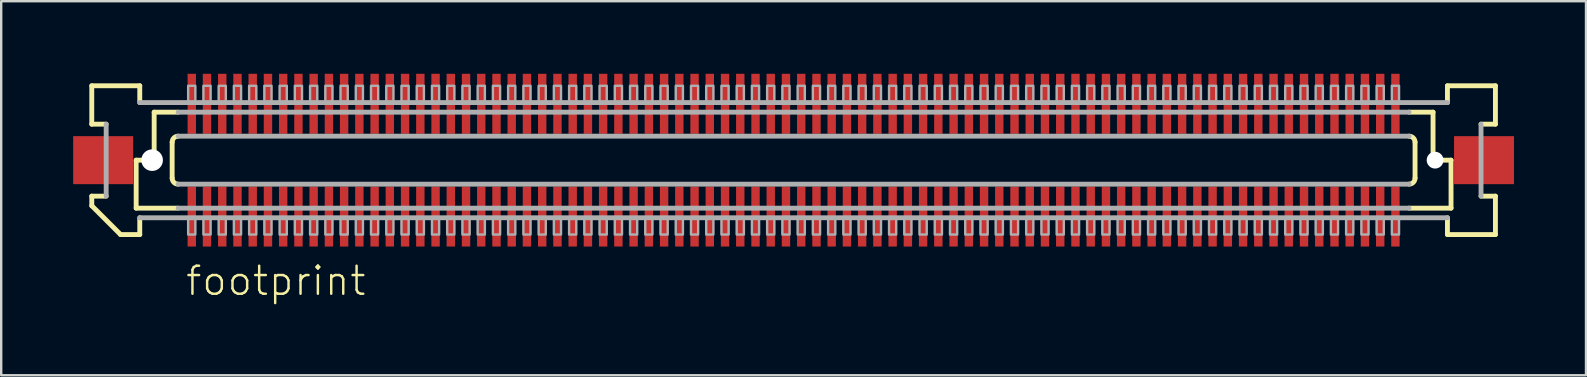
<source format=kicad_pcb>
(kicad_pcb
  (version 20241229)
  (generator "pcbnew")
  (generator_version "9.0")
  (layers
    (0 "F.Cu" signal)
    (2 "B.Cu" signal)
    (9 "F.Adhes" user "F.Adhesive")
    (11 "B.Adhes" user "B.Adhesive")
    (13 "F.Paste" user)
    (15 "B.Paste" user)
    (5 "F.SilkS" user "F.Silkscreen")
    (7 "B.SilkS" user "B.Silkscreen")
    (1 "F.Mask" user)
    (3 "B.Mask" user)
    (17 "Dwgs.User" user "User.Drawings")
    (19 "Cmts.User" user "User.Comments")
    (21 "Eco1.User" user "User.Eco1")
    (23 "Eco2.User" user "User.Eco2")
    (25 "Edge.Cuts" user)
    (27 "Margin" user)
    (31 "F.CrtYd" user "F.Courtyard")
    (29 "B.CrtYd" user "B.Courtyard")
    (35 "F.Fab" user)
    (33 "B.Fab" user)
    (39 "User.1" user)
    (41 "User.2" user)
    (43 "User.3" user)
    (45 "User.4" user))
  (footprint "footprint"
    (layer "F.Cu")
    (at 30.025 3.625)
    (property "Reference" "footprint" (at -25.4 5.715 0) (layer "F.SilkS") (effects (font (size 1.168 1.168) (thickness 0.102)) (justify left bottom)))
    (fp_poly (pts (xy -25.282 3.625) (xy -24.883 3.625) (xy -24.883 1.075) (xy -25.282 1.075)) (stroke (width 0) (type solid)) (fill yes) (layer "F.Mask"))
    (fp_poly (pts (xy -24.883 -3.625) (xy -25.282 -3.625) (xy -25.282 -1.075) (xy -24.883 -1.075)) (stroke (width 0) (type solid)) (fill yes) (layer "F.Mask"))
    (fp_poly (pts (xy -24.648 3.625) (xy -24.247 3.625) (xy -24.247 1.075) (xy -24.648 1.075)) (stroke (width 0) (type solid)) (fill yes) (layer "F.Mask"))
    (fp_poly (pts (xy -24.247 -3.625) (xy -24.648 -3.625) (xy -24.648 -1.075) (xy -24.247 -1.075)) (stroke (width 0) (type solid)) (fill yes) (layer "F.Mask"))
    (fp_poly (pts (xy -24.012 3.625) (xy -23.613 3.625) (xy -23.613 1.075) (xy -24.012 1.075)) (stroke (width 0) (type solid)) (fill yes) (layer "F.Mask"))
    (fp_poly (pts (xy -23.613 -3.625) (xy -24.012 -3.625) (xy -24.012 -1.075) (xy -23.613 -1.075)) (stroke (width 0) (type solid)) (fill yes) (layer "F.Mask"))
    (fp_poly (pts (xy -23.378 3.625) (xy -22.977 3.625) (xy -22.977 1.075) (xy -23.378 1.075)) (stroke (width 0) (type solid)) (fill yes) (layer "F.Mask"))
    (fp_poly (pts (xy -22.977 -3.625) (xy -23.378 -3.625) (xy -23.378 -1.075) (xy -22.977 -1.075)) (stroke (width 0) (type solid)) (fill yes) (layer "F.Mask"))
    (fp_poly (pts (xy -22.742 3.625) (xy -22.343 3.625) (xy -22.343 1.075) (xy -22.742 1.075)) (stroke (width 0) (type solid)) (fill yes) (layer "F.Mask"))
    (fp_poly (pts (xy -22.343 -3.625) (xy -22.742 -3.625) (xy -22.742 -1.075) (xy -22.343 -1.075)) (stroke (width 0) (type solid)) (fill yes) (layer "F.Mask"))
    (fp_poly (pts (xy -22.108 3.625) (xy -21.707 3.625) (xy -21.707 1.075) (xy -22.108 1.075)) (stroke (width 0) (type solid)) (fill yes) (layer "F.Mask"))
    (fp_poly (pts (xy -21.707 -3.625) (xy -22.108 -3.625) (xy -22.108 -1.075) (xy -21.707 -1.075)) (stroke (width 0) (type solid)) (fill yes) (layer "F.Mask"))
    (fp_poly (pts (xy -21.473 3.625) (xy -21.073 3.625) (xy -21.073 1.075) (xy -21.473 1.075)) (stroke (width 0) (type solid)) (fill yes) (layer "F.Mask"))
    (fp_poly (pts (xy -21.073 -3.625) (xy -21.473 -3.625) (xy -21.473 -1.075) (xy -21.073 -1.075)) (stroke (width 0) (type solid)) (fill yes) (layer "F.Mask"))
    (fp_poly (pts (xy -20.837 3.625) (xy -20.438 3.625) (xy -20.438 1.075) (xy -20.837 1.075)) (stroke (width 0) (type solid)) (fill yes) (layer "F.Mask"))
    (fp_poly (pts (xy -20.438 -3.625) (xy -20.837 -3.625) (xy -20.837 -1.075) (xy -20.438 -1.075)) (stroke (width 0) (type solid)) (fill yes) (layer "F.Mask"))
    (fp_poly (pts (xy -20.203 3.625) (xy -19.802 3.625) (xy -19.802 1.075) (xy -20.203 1.075)) (stroke (width 0) (type solid)) (fill yes) (layer "F.Mask"))
    (fp_poly (pts (xy -19.802 -3.625) (xy -20.203 -3.625) (xy -20.203 -1.075) (xy -19.802 -1.075)) (stroke (width 0) (type solid)) (fill yes) (layer "F.Mask"))
    (fp_poly (pts (xy -19.567 3.625) (xy -19.168 3.625) (xy -19.168 1.075) (xy -19.567 1.075)) (stroke (width 0) (type solid)) (fill yes) (layer "F.Mask"))
    (fp_poly (pts (xy -19.168 -3.625) (xy -19.567 -3.625) (xy -19.567 -1.075) (xy -19.168 -1.075)) (stroke (width 0) (type solid)) (fill yes) (layer "F.Mask"))
    (fp_poly (pts (xy -18.933 3.625) (xy -18.532 3.625) (xy -18.532 1.075) (xy -18.933 1.075)) (stroke (width 0) (type solid)) (fill yes) (layer "F.Mask"))
    (fp_poly (pts (xy -18.532 -3.625) (xy -18.933 -3.625) (xy -18.933 -1.075) (xy -18.532 -1.075)) (stroke (width 0) (type solid)) (fill yes) (layer "F.Mask"))
    (fp_poly (pts (xy -18.297 3.625) (xy -17.898 3.625) (xy -17.898 1.075) (xy -18.297 1.075)) (stroke (width 0) (type solid)) (fill yes) (layer "F.Mask"))
    (fp_poly (pts (xy -17.898 -3.625) (xy -18.297 -3.625) (xy -18.297 -1.075) (xy -17.898 -1.075)) (stroke (width 0) (type solid)) (fill yes) (layer "F.Mask"))
    (fp_poly (pts (xy -17.663 3.625) (xy -17.262 3.625) (xy -17.262 1.075) (xy -17.663 1.075)) (stroke (width 0) (type solid)) (fill yes) (layer "F.Mask"))
    (fp_poly (pts (xy -17.262 -3.625) (xy -17.663 -3.625) (xy -17.663 -1.075) (xy -17.262 -1.075)) (stroke (width 0) (type solid)) (fill yes) (layer "F.Mask"))
    (fp_poly (pts (xy -17.027 3.625) (xy -16.628 3.625) (xy -16.628 1.075) (xy -17.027 1.075)) (stroke (width 0) (type solid)) (fill yes) (layer "F.Mask"))
    (fp_poly (pts (xy -16.628 -3.625) (xy -17.027 -3.625) (xy -17.027 -1.075) (xy -16.628 -1.075)) (stroke (width 0) (type solid)) (fill yes) (layer "F.Mask"))
    (fp_poly (pts (xy -16.392 3.625) (xy -15.992 3.625) (xy -15.992 1.075) (xy -16.392 1.075)) (stroke (width 0) (type solid)) (fill yes) (layer "F.Mask"))
    (fp_poly (pts (xy -15.992 -3.625) (xy -16.392 -3.625) (xy -16.392 -1.075) (xy -15.992 -1.075)) (stroke (width 0) (type solid)) (fill yes) (layer "F.Mask"))
    (fp_poly (pts (xy -15.758 3.625) (xy -15.357 3.625) (xy -15.357 1.075) (xy -15.758 1.075)) (stroke (width 0) (type solid)) (fill yes) (layer "F.Mask"))
    (fp_poly (pts (xy -15.357 -3.625) (xy -15.758 -3.625) (xy -15.758 -1.075) (xy -15.357 -1.075)) (stroke (width 0) (type solid)) (fill yes) (layer "F.Mask"))
    (fp_poly (pts (xy -15.123 3.625) (xy -14.723 3.625) (xy -14.723 1.075) (xy -15.123 1.075)) (stroke (width 0) (type solid)) (fill yes) (layer "F.Mask"))
    (fp_poly (pts (xy -14.723 -3.625) (xy -15.123 -3.625) (xy -15.123 -1.075) (xy -14.723 -1.075)) (stroke (width 0) (type solid)) (fill yes) (layer "F.Mask"))
    (fp_poly (pts (xy -14.488 3.625) (xy -14.088 3.625) (xy -14.088 1.075) (xy -14.488 1.075)) (stroke (width 0) (type solid)) (fill yes) (layer "F.Mask"))
    (fp_poly (pts (xy -14.088 -3.625) (xy -14.488 -3.625) (xy -14.488 -1.075) (xy -14.088 -1.075)) (stroke (width 0) (type solid)) (fill yes) (layer "F.Mask"))
    (fp_poly (pts (xy -13.852 3.625) (xy -13.453 3.625) (xy -13.453 1.075) (xy -13.852 1.075)) (stroke (width 0) (type solid)) (fill yes) (layer "F.Mask"))
    (fp_poly (pts (xy -13.453 -3.625) (xy -13.852 -3.625) (xy -13.852 -1.075) (xy -13.453 -1.075)) (stroke (width 0) (type solid)) (fill yes) (layer "F.Mask"))
    (fp_poly (pts (xy -13.217 3.625) (xy -12.818 3.625) (xy -12.818 1.075) (xy -13.217 1.075)) (stroke (width 0) (type solid)) (fill yes) (layer "F.Mask"))
    (fp_poly (pts (xy -12.818 -3.625) (xy -13.217 -3.625) (xy -13.217 -1.075) (xy -12.818 -1.075)) (stroke (width 0) (type solid)) (fill yes) (layer "F.Mask"))
    (fp_poly (pts (xy -12.582 3.625) (xy -12.182 3.625) (xy -12.182 1.075) (xy -12.582 1.075)) (stroke (width 0) (type solid)) (fill yes) (layer "F.Mask"))
    (fp_poly (pts (xy -12.182 -3.625) (xy -12.582 -3.625) (xy -12.582 -1.075) (xy -12.182 -1.075)) (stroke (width 0) (type solid)) (fill yes) (layer "F.Mask"))
    (fp_poly (pts (xy -11.947 3.625) (xy -11.547 3.625) (xy -11.547 1.075) (xy -11.947 1.075)) (stroke (width 0) (type solid)) (fill yes) (layer "F.Mask"))
    (fp_poly (pts (xy -11.547 -3.625) (xy -11.947 -3.625) (xy -11.947 -1.075) (xy -11.547 -1.075)) (stroke (width 0) (type solid)) (fill yes) (layer "F.Mask"))
    (fp_poly (pts (xy -11.312 3.625) (xy -10.912 3.625) (xy -10.912 1.075) (xy -11.312 1.075)) (stroke (width 0) (type solid)) (fill yes) (layer "F.Mask"))
    (fp_poly (pts (xy -10.912 -3.625) (xy -11.312 -3.625) (xy -11.312 -1.075) (xy -10.912 -1.075)) (stroke (width 0) (type solid)) (fill yes) (layer "F.Mask"))
    (fp_poly (pts (xy -10.678 3.625) (xy -10.277 3.625) (xy -10.277 1.075) (xy -10.678 1.075)) (stroke (width 0) (type solid)) (fill yes) (layer "F.Mask"))
    (fp_poly (pts (xy -10.277 -3.625) (xy -10.678 -3.625) (xy -10.678 -1.075) (xy -10.277 -1.075)) (stroke (width 0) (type solid)) (fill yes) (layer "F.Mask"))
    (fp_poly (pts (xy -10.043 3.625) (xy -9.643 3.625) (xy -9.643 1.075) (xy -10.043 1.075)) (stroke (width 0) (type solid)) (fill yes) (layer "F.Mask"))
    (fp_poly (pts (xy -9.643 -3.625) (xy -10.043 -3.625) (xy -10.043 -1.075) (xy -9.643 -1.075)) (stroke (width 0) (type solid)) (fill yes) (layer "F.Mask"))
    (fp_poly (pts (xy -9.408 3.625) (xy -9.008 3.625) (xy -9.008 1.075) (xy -9.408 1.075)) (stroke (width 0) (type solid)) (fill yes) (layer "F.Mask"))
    (fp_poly (pts (xy -9.008 -3.625) (xy -9.408 -3.625) (xy -9.408 -1.075) (xy -9.008 -1.075)) (stroke (width 0) (type solid)) (fill yes) (layer "F.Mask"))
    (fp_poly (pts (xy -8.773 3.625) (xy -8.373 3.625) (xy -8.373 1.075) (xy -8.773 1.075)) (stroke (width 0) (type solid)) (fill yes) (layer "F.Mask"))
    (fp_poly (pts (xy -8.373 -3.625) (xy -8.773 -3.625) (xy -8.773 -1.075) (xy -8.373 -1.075)) (stroke (width 0) (type solid)) (fill yes) (layer "F.Mask"))
    (fp_poly (pts (xy -8.137 3.625) (xy -7.737 3.625) (xy -7.737 1.075) (xy -8.137 1.075)) (stroke (width 0) (type solid)) (fill yes) (layer "F.Mask"))
    (fp_poly (pts (xy -7.737 -3.625) (xy -8.137 -3.625) (xy -8.137 -1.075) (xy -7.737 -1.075)) (stroke (width 0) (type solid)) (fill yes) (layer "F.Mask"))
    (fp_poly (pts (xy -7.503 3.625) (xy -7.103 3.625) (xy -7.103 1.075) (xy -7.503 1.075)) (stroke (width 0) (type solid)) (fill yes) (layer "F.Mask"))
    (fp_poly (pts (xy -7.103 -3.625) (xy -7.503 -3.625) (xy -7.503 -1.075) (xy -7.103 -1.075)) (stroke (width 0) (type solid)) (fill yes) (layer "F.Mask"))
    (fp_poly (pts (xy -6.867 3.625) (xy -6.468 3.625) (xy -6.468 1.075) (xy -6.867 1.075)) (stroke (width 0) (type solid)) (fill yes) (layer "F.Mask"))
    (fp_poly (pts (xy -6.468 -3.625) (xy -6.867 -3.625) (xy -6.867 -1.075) (xy -6.468 -1.075)) (stroke (width 0) (type solid)) (fill yes) (layer "F.Mask"))
    (fp_poly (pts (xy -6.232 3.625) (xy -5.832 3.625) (xy -5.832 1.075) (xy -6.232 1.075)) (stroke (width 0) (type solid)) (fill yes) (layer "F.Mask"))
    (fp_poly (pts (xy -5.832 -3.625) (xy -6.232 -3.625) (xy -6.232 -1.075) (xy -5.832 -1.075)) (stroke (width 0) (type solid)) (fill yes) (layer "F.Mask"))
    (fp_poly (pts (xy -5.598 3.625) (xy -5.197 3.625) (xy -5.197 1.075) (xy -5.598 1.075)) (stroke (width 0) (type solid)) (fill yes) (layer "F.Mask"))
    (fp_poly (pts (xy -5.197 -3.625) (xy -5.598 -3.625) (xy -5.598 -1.075) (xy -5.197 -1.075)) (stroke (width 0) (type solid)) (fill yes) (layer "F.Mask"))
    (fp_poly (pts (xy -4.963 3.625) (xy -4.562 3.625) (xy -4.562 1.075) (xy -4.963 1.075)) (stroke (width 0) (type solid)) (fill yes) (layer "F.Mask"))
    (fp_poly (pts (xy -4.562 -3.625) (xy -4.963 -3.625) (xy -4.963 -1.075) (xy -4.562 -1.075)) (stroke (width 0) (type solid)) (fill yes) (layer "F.Mask"))
    (fp_poly (pts (xy -4.327 3.625) (xy -3.928 3.625) (xy -3.928 1.075) (xy -4.327 1.075)) (stroke (width 0) (type solid)) (fill yes) (layer "F.Mask"))
    (fp_poly (pts (xy -3.928 -3.625) (xy -4.327 -3.625) (xy -4.327 -1.075) (xy -3.928 -1.075)) (stroke (width 0) (type solid)) (fill yes) (layer "F.Mask"))
    (fp_poly (pts (xy -3.692 3.625) (xy -3.292 3.625) (xy -3.292 1.075) (xy -3.692 1.075)) (stroke (width 0) (type solid)) (fill yes) (layer "F.Mask"))
    (fp_poly (pts (xy -3.292 -3.625) (xy -3.692 -3.625) (xy -3.692 -1.075) (xy -3.292 -1.075)) (stroke (width 0) (type solid)) (fill yes) (layer "F.Mask"))
    (fp_poly (pts (xy -3.058 3.625) (xy -2.658 3.625) (xy -2.658 1.075) (xy -3.058 1.075)) (stroke (width 0) (type solid)) (fill yes) (layer "F.Mask"))
    (fp_poly (pts (xy -2.658 -3.625) (xy -3.058 -3.625) (xy -3.058 -1.075) (xy -2.658 -1.075)) (stroke (width 0) (type solid)) (fill yes) (layer "F.Mask"))
    (fp_poly (pts (xy -2.422 3.625) (xy -2.022 3.625) (xy -2.022 1.075) (xy -2.422 1.075)) (stroke (width 0) (type solid)) (fill yes) (layer "F.Mask"))
    (fp_poly (pts (xy -2.022 -3.625) (xy -2.422 -3.625) (xy -2.422 -1.075) (xy -2.022 -1.075)) (stroke (width 0) (type solid)) (fill yes) (layer "F.Mask"))
    (fp_poly (pts (xy -1.788 3.625) (xy -1.387 3.625) (xy -1.387 1.075) (xy -1.788 1.075)) (stroke (width 0) (type solid)) (fill yes) (layer "F.Mask"))
    (fp_poly (pts (xy -1.387 -3.625) (xy -1.788 -3.625) (xy -1.788 -1.075) (xy -1.387 -1.075)) (stroke (width 0) (type solid)) (fill yes) (layer "F.Mask"))
    (fp_poly (pts (xy -1.153 3.625) (xy -0.752 3.625) (xy -0.752 1.075) (xy -1.153 1.075)) (stroke (width 0) (type solid)) (fill yes) (layer "F.Mask"))
    (fp_poly (pts (xy -0.752 -3.625) (xy -1.153 -3.625) (xy -1.153 -1.075) (xy -0.752 -1.075)) (stroke (width 0) (type solid)) (fill yes) (layer "F.Mask"))
    (fp_poly (pts (xy -0.517 3.625) (xy -0.117 3.625) (xy -0.117 1.075) (xy -0.517 1.075)) (stroke (width 0) (type solid)) (fill yes) (layer "F.Mask"))
    (fp_poly (pts (xy -0.117 -3.625) (xy -0.517 -3.625) (xy -0.517 -1.075) (xy -0.117 -1.075)) (stroke (width 0) (type solid)) (fill yes) (layer "F.Mask"))
    (fp_poly (pts (xy 0.117 3.625) (xy 0.517 3.625) (xy 0.517 1.075) (xy 0.117 1.075)) (stroke (width 0) (type solid)) (fill yes) (layer "F.Mask"))
    (fp_poly (pts (xy 0.517 -3.625) (xy 0.117 -3.625) (xy 0.117 -1.075) (xy 0.517 -1.075)) (stroke (width 0) (type solid)) (fill yes) (layer "F.Mask"))
    (fp_poly (pts (xy 0.752 3.625) (xy 1.153 3.625) (xy 1.153 1.075) (xy 0.752 1.075)) (stroke (width 0) (type solid)) (fill yes) (layer "F.Mask"))
    (fp_poly (pts (xy 1.153 -3.625) (xy 0.752 -3.625) (xy 0.752 -1.075) (xy 1.153 -1.075)) (stroke (width 0) (type solid)) (fill yes) (layer "F.Mask"))
    (fp_poly (pts (xy 1.387 3.625) (xy 1.788 3.625) (xy 1.788 1.075) (xy 1.387 1.075)) (stroke (width 0) (type solid)) (fill yes) (layer "F.Mask"))
    (fp_poly (pts (xy 1.788 -3.625) (xy 1.387 -3.625) (xy 1.387 -1.075) (xy 1.788 -1.075)) (stroke (width 0) (type solid)) (fill yes) (layer "F.Mask"))
    (fp_poly (pts (xy 2.022 3.625) (xy 2.422 3.625) (xy 2.422 1.075) (xy 2.022 1.075)) (stroke (width 0) (type solid)) (fill yes) (layer "F.Mask"))
    (fp_poly (pts (xy 2.422 -3.625) (xy 2.022 -3.625) (xy 2.022 -1.075) (xy 2.422 -1.075)) (stroke (width 0) (type solid)) (fill yes) (layer "F.Mask"))
    (fp_poly (pts (xy 2.658 3.625) (xy 3.058 3.625) (xy 3.058 1.075) (xy 2.658 1.075)) (stroke (width 0) (type solid)) (fill yes) (layer "F.Mask"))
    (fp_poly (pts (xy 3.058 -3.625) (xy 2.658 -3.625) (xy 2.658 -1.075) (xy 3.058 -1.075)) (stroke (width 0) (type solid)) (fill yes) (layer "F.Mask"))
    (fp_poly (pts (xy 3.292 3.625) (xy 3.692 3.625) (xy 3.692 1.075) (xy 3.292 1.075)) (stroke (width 0) (type solid)) (fill yes) (layer "F.Mask"))
    (fp_poly (pts (xy 3.692 -3.625) (xy 3.292 -3.625) (xy 3.292 -1.075) (xy 3.692 -1.075)) (stroke (width 0) (type solid)) (fill yes) (layer "F.Mask"))
    (fp_poly (pts (xy 3.928 3.625) (xy 4.327 3.625) (xy 4.327 1.075) (xy 3.928 1.075)) (stroke (width 0) (type solid)) (fill yes) (layer "F.Mask"))
    (fp_poly (pts (xy 4.327 -3.625) (xy 3.928 -3.625) (xy 3.928 -1.075) (xy 4.327 -1.075)) (stroke (width 0) (type solid)) (fill yes) (layer "F.Mask"))
    (fp_poly (pts (xy 4.562 3.625) (xy 4.963 3.625) (xy 4.963 1.075) (xy 4.562 1.075)) (stroke (width 0) (type solid)) (fill yes) (layer "F.Mask"))
    (fp_poly (pts (xy 4.963 -3.625) (xy 4.562 -3.625) (xy 4.562 -1.075) (xy 4.963 -1.075)) (stroke (width 0) (type solid)) (fill yes) (layer "F.Mask"))
    (fp_poly (pts (xy 5.197 3.625) (xy 5.598 3.625) (xy 5.598 1.075) (xy 5.197 1.075)) (stroke (width 0) (type solid)) (fill yes) (layer "F.Mask"))
    (fp_poly (pts (xy 5.598 -3.625) (xy 5.197 -3.625) (xy 5.197 -1.075) (xy 5.598 -1.075)) (stroke (width 0) (type solid)) (fill yes) (layer "F.Mask"))
    (fp_poly (pts (xy 5.832 3.625) (xy 6.232 3.625) (xy 6.232 1.075) (xy 5.832 1.075)) (stroke (width 0) (type solid)) (fill yes) (layer "F.Mask"))
    (fp_poly (pts (xy 6.232 -3.625) (xy 5.832 -3.625) (xy 5.832 -1.075) (xy 6.232 -1.075)) (stroke (width 0) (type solid)) (fill yes) (layer "F.Mask"))
    (fp_poly (pts (xy 6.468 3.625) (xy 6.867 3.625) (xy 6.867 1.075) (xy 6.468 1.075)) (stroke (width 0) (type solid)) (fill yes) (layer "F.Mask"))
    (fp_poly (pts (xy 6.867 -3.625) (xy 6.468 -3.625) (xy 6.468 -1.075) (xy 6.867 -1.075)) (stroke (width 0) (type solid)) (fill yes) (layer "F.Mask"))
    (fp_poly (pts (xy 7.103 3.625) (xy 7.503 3.625) (xy 7.503 1.075) (xy 7.103 1.075)) (stroke (width 0) (type solid)) (fill yes) (layer "F.Mask"))
    (fp_poly (pts (xy 7.503 -3.625) (xy 7.103 -3.625) (xy 7.103 -1.075) (xy 7.503 -1.075)) (stroke (width 0) (type solid)) (fill yes) (layer "F.Mask"))
    (fp_poly (pts (xy 7.737 3.625) (xy 8.137 3.625) (xy 8.137 1.075) (xy 7.737 1.075)) (stroke (width 0) (type solid)) (fill yes) (layer "F.Mask"))
    (fp_poly (pts (xy 8.137 -3.625) (xy 7.737 -3.625) (xy 7.737 -1.075) (xy 8.137 -1.075)) (stroke (width 0) (type solid)) (fill yes) (layer "F.Mask"))
    (fp_poly (pts (xy 8.373 3.625) (xy 8.773 3.625) (xy 8.773 1.075) (xy 8.373 1.075)) (stroke (width 0) (type solid)) (fill yes) (layer "F.Mask"))
    (fp_poly (pts (xy 8.773 -3.625) (xy 8.373 -3.625) (xy 8.373 -1.075) (xy 8.773 -1.075)) (stroke (width 0) (type solid)) (fill yes) (layer "F.Mask"))
    (fp_poly (pts (xy 9.008 3.625) (xy 9.408 3.625) (xy 9.408 1.075) (xy 9.008 1.075)) (stroke (width 0) (type solid)) (fill yes) (layer "F.Mask"))
    (fp_poly (pts (xy 9.408 -3.625) (xy 9.008 -3.625) (xy 9.008 -1.075) (xy 9.408 -1.075)) (stroke (width 0) (type solid)) (fill yes) (layer "F.Mask"))
    (fp_poly (pts (xy 9.643 3.625) (xy 10.043 3.625) (xy 10.043 1.075) (xy 9.643 1.075)) (stroke (width 0) (type solid)) (fill yes) (layer "F.Mask"))
    (fp_poly (pts (xy 10.043 -3.625) (xy 9.643 -3.625) (xy 9.643 -1.075) (xy 10.043 -1.075)) (stroke (width 0) (type solid)) (fill yes) (layer "F.Mask"))
    (fp_poly (pts (xy 10.277 3.625) (xy 10.678 3.625) (xy 10.678 1.075) (xy 10.277 1.075)) (stroke (width 0) (type solid)) (fill yes) (layer "F.Mask"))
    (fp_poly (pts (xy 10.678 -3.625) (xy 10.277 -3.625) (xy 10.277 -1.075) (xy 10.678 -1.075)) (stroke (width 0) (type solid)) (fill yes) (layer "F.Mask"))
    (fp_poly (pts (xy 10.912 3.625) (xy 11.312 3.625) (xy 11.312 1.075) (xy 10.912 1.075)) (stroke (width 0) (type solid)) (fill yes) (layer "F.Mask"))
    (fp_poly (pts (xy 11.312 -3.625) (xy 10.912 -3.625) (xy 10.912 -1.075) (xy 11.312 -1.075)) (stroke (width 0) (type solid)) (fill yes) (layer "F.Mask"))
    (fp_poly (pts (xy 11.547 3.625) (xy 11.947 3.625) (xy 11.947 1.075) (xy 11.547 1.075)) (stroke (width 0) (type solid)) (fill yes) (layer "F.Mask"))
    (fp_poly (pts (xy 11.947 -3.625) (xy 11.547 -3.625) (xy 11.547 -1.075) (xy 11.947 -1.075)) (stroke (width 0) (type solid)) (fill yes) (layer "F.Mask"))
    (fp_poly (pts (xy 12.182 3.625) (xy 12.582 3.625) (xy 12.582 1.075) (xy 12.182 1.075)) (stroke (width 0) (type solid)) (fill yes) (layer "F.Mask"))
    (fp_poly (pts (xy 12.582 -3.625) (xy 12.182 -3.625) (xy 12.182 -1.075) (xy 12.582 -1.075)) (stroke (width 0) (type solid)) (fill yes) (layer "F.Mask"))
    (fp_poly (pts (xy 12.818 3.625) (xy 13.217 3.625) (xy 13.217 1.075) (xy 12.818 1.075)) (stroke (width 0) (type solid)) (fill yes) (layer "F.Mask"))
    (fp_poly (pts (xy 13.217 -3.625) (xy 12.818 -3.625) (xy 12.818 -1.075) (xy 13.217 -1.075)) (stroke (width 0) (type solid)) (fill yes) (layer "F.Mask"))
    (fp_poly (pts (xy 13.453 3.625) (xy 13.852 3.625) (xy 13.852 1.075) (xy 13.453 1.075)) (stroke (width 0) (type solid)) (fill yes) (layer "F.Mask"))
    (fp_poly (pts (xy 13.852 -3.625) (xy 13.453 -3.625) (xy 13.453 -1.075) (xy 13.852 -1.075)) (stroke (width 0) (type solid)) (fill yes) (layer "F.Mask"))
    (fp_poly (pts (xy 14.088 3.625) (xy 14.488 3.625) (xy 14.488 1.075) (xy 14.088 1.075)) (stroke (width 0) (type solid)) (fill yes) (layer "F.Mask"))
    (fp_poly (pts (xy 14.488 -3.625) (xy 14.088 -3.625) (xy 14.088 -1.075) (xy 14.488 -1.075)) (stroke (width 0) (type solid)) (fill yes) (layer "F.Mask"))
    (fp_poly (pts (xy 14.723 3.625) (xy 15.123 3.625) (xy 15.123 1.075) (xy 14.723 1.075)) (stroke (width 0) (type solid)) (fill yes) (layer "F.Mask"))
    (fp_poly (pts (xy 15.123 -3.625) (xy 14.723 -3.625) (xy 14.723 -1.075) (xy 15.123 -1.075)) (stroke (width 0) (type solid)) (fill yes) (layer "F.Mask"))
    (fp_poly (pts (xy 15.357 3.625) (xy 15.758 3.625) (xy 15.758 1.075) (xy 15.357 1.075)) (stroke (width 0) (type solid)) (fill yes) (layer "F.Mask"))
    (fp_poly (pts (xy 15.758 -3.625) (xy 15.357 -3.625) (xy 15.357 -1.075) (xy 15.758 -1.075)) (stroke (width 0) (type solid)) (fill yes) (layer "F.Mask"))
    (fp_poly (pts (xy 15.992 3.625) (xy 16.392 3.625) (xy 16.392 1.075) (xy 15.992 1.075)) (stroke (width 0) (type solid)) (fill yes) (layer "F.Mask"))
    (fp_poly (pts (xy 16.392 -3.625) (xy 15.992 -3.625) (xy 15.992 -1.075) (xy 16.392 -1.075)) (stroke (width 0) (type solid)) (fill yes) (layer "F.Mask"))
    (fp_poly (pts (xy 16.628 3.625) (xy 17.027 3.625) (xy 17.027 1.075) (xy 16.628 1.075)) (stroke (width 0) (type solid)) (fill yes) (layer "F.Mask"))
    (fp_poly (pts (xy 17.027 -3.625) (xy 16.628 -3.625) (xy 16.628 -1.075) (xy 17.027 -1.075)) (stroke (width 0) (type solid)) (fill yes) (layer "F.Mask"))
    (fp_poly (pts (xy 17.262 3.625) (xy 17.663 3.625) (xy 17.663 1.075) (xy 17.262 1.075)) (stroke (width 0) (type solid)) (fill yes) (layer "F.Mask"))
    (fp_poly (pts (xy 17.663 -3.625) (xy 17.262 -3.625) (xy 17.262 -1.075) (xy 17.663 -1.075)) (stroke (width 0) (type solid)) (fill yes) (layer "F.Mask"))
    (fp_poly (pts (xy 17.898 3.625) (xy 18.297 3.625) (xy 18.297 1.075) (xy 17.898 1.075)) (stroke (width 0) (type solid)) (fill yes) (layer "F.Mask"))
    (fp_poly (pts (xy 18.297 -3.625) (xy 17.898 -3.625) (xy 17.898 -1.075) (xy 18.297 -1.075)) (stroke (width 0) (type solid)) (fill yes) (layer "F.Mask"))
    (fp_poly (pts (xy 18.532 3.625) (xy 18.933 3.625) (xy 18.933 1.075) (xy 18.532 1.075)) (stroke (width 0) (type solid)) (fill yes) (layer "F.Mask"))
    (fp_poly (pts (xy 18.933 -3.625) (xy 18.532 -3.625) (xy 18.532 -1.075) (xy 18.933 -1.075)) (stroke (width 0) (type solid)) (fill yes) (layer "F.Mask"))
    (fp_poly (pts (xy 19.168 3.625) (xy 19.567 3.625) (xy 19.567 1.075) (xy 19.168 1.075)) (stroke (width 0) (type solid)) (fill yes) (layer "F.Mask"))
    (fp_poly (pts (xy 19.567 -3.625) (xy 19.168 -3.625) (xy 19.168 -1.075) (xy 19.567 -1.075)) (stroke (width 0) (type solid)) (fill yes) (layer "F.Mask"))
    (fp_poly (pts (xy 19.802 3.625) (xy 20.203 3.625) (xy 20.203 1.075) (xy 19.802 1.075)) (stroke (width 0) (type solid)) (fill yes) (layer "F.Mask"))
    (fp_poly (pts (xy 20.203 -3.625) (xy 19.802 -3.625) (xy 19.802 -1.075) (xy 20.203 -1.075)) (stroke (width 0) (type solid)) (fill yes) (layer "F.Mask"))
    (fp_poly (pts (xy 20.438 3.625) (xy 20.837 3.625) (xy 20.837 1.075) (xy 20.438 1.075)) (stroke (width 0) (type solid)) (fill yes) (layer "F.Mask"))
    (fp_poly (pts (xy 20.837 -3.625) (xy 20.438 -3.625) (xy 20.438 -1.075) (xy 20.837 -1.075)) (stroke (width 0) (type solid)) (fill yes) (layer "F.Mask"))
    (fp_poly (pts (xy 21.073 3.625) (xy 21.473 3.625) (xy 21.473 1.075) (xy 21.073 1.075)) (stroke (width 0) (type solid)) (fill yes) (layer "F.Mask"))
    (fp_poly (pts (xy 21.473 -3.625) (xy 21.073 -3.625) (xy 21.073 -1.075) (xy 21.473 -1.075)) (stroke (width 0) (type solid)) (fill yes) (layer "F.Mask"))
    (fp_poly (pts (xy 21.707 3.625) (xy 22.108 3.625) (xy 22.108 1.075) (xy 21.707 1.075)) (stroke (width 0) (type solid)) (fill yes) (layer "F.Mask"))
    (fp_poly (pts (xy 22.108 -3.625) (xy 21.707 -3.625) (xy 21.707 -1.075) (xy 22.108 -1.075)) (stroke (width 0) (type solid)) (fill yes) (layer "F.Mask"))
    (fp_poly (pts (xy 22.343 3.625) (xy 22.742 3.625) (xy 22.742 1.075) (xy 22.343 1.075)) (stroke (width 0) (type solid)) (fill yes) (layer "F.Mask"))
    (fp_poly (pts (xy 22.742 -3.625) (xy 22.343 -3.625) (xy 22.343 -1.075) (xy 22.742 -1.075)) (stroke (width 0) (type solid)) (fill yes) (layer "F.Mask"))
    (fp_poly (pts (xy 22.977 3.625) (xy 23.378 3.625) (xy 23.378 1.075) (xy 22.977 1.075)) (stroke (width 0) (type solid)) (fill yes) (layer "F.Mask"))
    (fp_poly (pts (xy 23.378 -3.625) (xy 22.977 -3.625) (xy 22.977 -1.075) (xy 23.378 -1.075)) (stroke (width 0) (type solid)) (fill yes) (layer "F.Mask"))
    (fp_poly (pts (xy 23.613 3.625) (xy 24.012 3.625) (xy 24.012 1.075) (xy 23.613 1.075)) (stroke (width 0) (type solid)) (fill yes) (layer "F.Mask"))
    (fp_poly (pts (xy 24.012 -3.625) (xy 23.613 -3.625) (xy 23.613 -1.075) (xy 24.012 -1.075)) (stroke (width 0) (type solid)) (fill yes) (layer "F.Mask"))
    (fp_poly (pts (xy 24.247 3.625) (xy 24.648 3.625) (xy 24.648 1.075) (xy 24.247 1.075)) (stroke (width 0) (type solid)) (fill yes) (layer "F.Mask"))
    (fp_poly (pts (xy 24.648 -3.625) (xy 24.247 -3.625) (xy 24.247 -1.075) (xy 24.648 -1.075)) (stroke (width 0) (type solid)) (fill yes) (layer "F.Mask"))
    (fp_poly (pts (xy 24.883 3.625) (xy 25.282 3.625) (xy 25.282 1.075) (xy 24.883 1.075)) (stroke (width 0) (type solid)) (fill yes) (layer "F.Mask"))
    (fp_poly (pts (xy 25.282 -3.625) (xy 24.883 -3.625) (xy 24.883 -1.075) (xy 25.282 -1.075)) (stroke (width 0) (type solid)) (fill yes) (layer "F.Mask"))
    (fp_line (start -29.25 -3.1) (end -27.25 -3.1) (stroke (width 0.203) (type solid)) (layer "F.SilkS"))
    (fp_line (start -29.25 -1.5) (end -29.25 -3.1) (stroke (width 0.203) (type solid)) (layer "F.SilkS"))
    (fp_line (start -29.25 1.5) (end -28.65 1.5) (stroke (width 0.203) (type solid)) (layer "F.SilkS"))
    (fp_line (start -29.25 1.9) (end -29.25 1.5) (stroke (width 0.203) (type solid)) (layer "F.SilkS"))
    (fp_line (start -28.65 -1.5) (end -29.25 -1.5) (stroke (width 0.203) (type solid)) (layer "F.SilkS"))
    (fp_line (start -28.05 3.1) (end -29.25 1.9) (stroke (width 0.203) (type solid)) (layer "F.SilkS"))
    (fp_line (start -27.4 0) (end -27.4 2) (stroke (width 0.203) (type solid)) (layer "F.SilkS"))
    (fp_line (start -27.4 2) (end -25.65 2) (stroke (width 0.203) (type solid)) (layer "F.SilkS"))
    (fp_line (start -27.25 -3.1) (end -27.25 -2.4) (stroke (width 0.203) (type solid)) (layer "F.SilkS"))
    (fp_line (start -27.25 2.4) (end -27.25 3.1) (stroke (width 0.203) (type solid)) (layer "F.SilkS"))
    (fp_line (start -27.25 3.1) (end -28.05 3.1) (stroke (width 0.203) (type solid)) (layer "F.SilkS"))
    (fp_line (start -26.65 -2) (end -26.65 0) (stroke (width 0.203) (type solid)) (layer "F.SilkS"))
    (fp_line (start -26.65 0) (end -27.4 0) (stroke (width 0.203) (type solid)) (layer "F.SilkS"))
    (fp_line (start -25.9 0.75) (end -25.9 -0.75) (stroke (width 0.203) (type solid)) (layer "F.SilkS"))
    (fp_line (start -25.65 -2) (end -26.65 -2) (stroke (width 0.203) (type solid)) (layer "F.SilkS"))
    (fp_line (start 25.65 2) (end 27.4 2) (stroke (width 0.203) (type solid)) (layer "F.SilkS"))
    (fp_line (start 25.9 -0.75) (end 25.9 0.75) (stroke (width 0.203) (type solid)) (layer "F.SilkS"))
    (fp_line (start 26.65 -2) (end 25.65 -2) (stroke (width 0.203) (type solid)) (layer "F.SilkS"))
    (fp_line (start 26.65 -2) (end 26.65 0) (stroke (width 0.203) (type solid)) (layer "F.SilkS"))
    (fp_line (start 27.25 -3.1) (end 29.25 -3.1) (stroke (width 0.203) (type solid)) (layer "F.SilkS"))
    (fp_line (start 27.25 -2.4) (end 27.25 -3.1) (stroke (width 0.203) (type solid)) (layer "F.SilkS"))
    (fp_line (start 27.25 3.1) (end 27.25 2.4) (stroke (width 0.203) (type solid)) (layer "F.SilkS"))
    (fp_line (start 27.4 0) (end 26.65 0) (stroke (width 0.203) (type solid)) (layer "F.SilkS"))
    (fp_line (start 27.4 0) (end 27.4 2) (stroke (width 0.203) (type solid)) (layer "F.SilkS"))
    (fp_line (start 28.65 1.5) (end 29.25 1.5) (stroke (width 0.203) (type solid)) (layer "F.SilkS"))
    (fp_line (start 29.25 -3.1) (end 29.25 -1.5) (stroke (width 0.203) (type solid)) (layer "F.SilkS"))
    (fp_line (start 29.25 -1.5) (end 28.65 -1.5) (stroke (width 0.203) (type solid)) (layer "F.SilkS"))
    (fp_line (start 29.25 1.5) (end 29.25 3.1) (stroke (width 0.203) (type solid)) (layer "F.SilkS"))
    (fp_line (start 29.25 3.1) (end 27.25 3.1) (stroke (width 0.203) (type solid)) (layer "F.SilkS"))
    (fp_arc (start -25.9 -0.75) (mid -25.826777 -0.926777) (end -25.65 -1) (stroke (width 0.2032) (type solid)) (layer "F.SilkS"))
    (fp_arc (start -25.65 1) (mid -25.826777 0.926777) (end -25.9 0.75) (stroke (width 0.2032) (type solid)) (layer "F.SilkS"))
    (fp_arc (start 25.65 -1) (mid 25.826777 -0.926777) (end 25.9 -0.75) (stroke (width 0.2032) (type solid)) (layer "F.SilkS"))
    (fp_arc (start 25.9 0.75) (mid 25.826777 0.926777) (end 25.65 1) (stroke (width 0.2032) (type solid)) (layer "F.SilkS"))
    (fp_line (start -28.65 1.5) (end -28.65 -1.5) (stroke (width 0.203) (type solid)) (layer "F.Fab"))
    (fp_line (start -27.25 -2.4) (end 27.25 -2.4) (stroke (width 0.203) (type solid)) (layer "F.Fab"))
    (fp_line (start -25.65 -1) (end 25.65 -1) (stroke (width 0.203) (type solid)) (layer "F.Fab"))
    (fp_line (start -25.65 2) (end 25.65 2) (stroke (width 0.203) (type solid)) (layer "F.Fab"))
    (fp_line (start 25.65 -2) (end -25.65 -2) (stroke (width 0.203) (type solid)) (layer "F.Fab"))
    (fp_line (start 25.65 1) (end -25.65 1) (stroke (width 0.203) (type solid)) (layer "F.Fab"))
    (fp_line (start 27.25 2.4) (end -27.25 2.4) (stroke (width 0.203) (type solid)) (layer "F.Fab"))
    (fp_line (start 28.65 -1.5) (end 28.65 1.5) (stroke (width 0.203) (type solid)) (layer "F.Fab"))
    (fp_poly (pts (xy -25.233 3.1) (xy -24.933 3.1) (xy -24.933 2.375) (xy -25.233 2.375)) (stroke (width 0.1) (type solid)) (fill no) (layer "F.Fab"))
    (fp_poly (pts (xy -24.933 -3.1) (xy -25.233 -3.1) (xy -25.233 -2.375) (xy -24.933 -2.375)) (stroke (width 0.1) (type solid)) (fill no) (layer "F.Fab"))
    (fp_poly (pts (xy -24.598 3.1) (xy -24.297 3.1) (xy -24.297 2.375) (xy -24.598 2.375)) (stroke (width 0.1) (type solid)) (fill no) (layer "F.Fab"))
    (fp_poly (pts (xy -24.297 -3.1) (xy -24.598 -3.1) (xy -24.598 -2.375) (xy -24.297 -2.375)) (stroke (width 0.1) (type solid)) (fill no) (layer "F.Fab"))
    (fp_poly (pts (xy -23.962 3.1) (xy -23.663 3.1) (xy -23.663 2.375) (xy -23.962 2.375)) (stroke (width 0.1) (type solid)) (fill no) (layer "F.Fab"))
    (fp_poly (pts (xy -23.663 -3.1) (xy -23.962 -3.1) (xy -23.962 -2.375) (xy -23.663 -2.375)) (stroke (width 0.1) (type solid)) (fill no) (layer "F.Fab"))
    (fp_poly (pts (xy -23.328 3.1) (xy -23.027 3.1) (xy -23.027 2.375) (xy -23.328 2.375)) (stroke (width 0.1) (type solid)) (fill no) (layer "F.Fab"))
    (fp_poly (pts (xy -23.027 -3.1) (xy -23.328 -3.1) (xy -23.328 -2.375) (xy -23.027 -2.375)) (stroke (width 0.1) (type solid)) (fill no) (layer "F.Fab"))
    (fp_poly (pts (xy -22.692 3.1) (xy -22.392 3.1) (xy -22.392 2.375) (xy -22.692 2.375)) (stroke (width 0.1) (type solid)) (fill no) (layer "F.Fab"))
    (fp_poly (pts (xy -22.392 -3.1) (xy -22.692 -3.1) (xy -22.692 -2.375) (xy -22.392 -2.375)) (stroke (width 0.1) (type solid)) (fill no) (layer "F.Fab"))
    (fp_poly (pts (xy -22.058 3.1) (xy -21.758 3.1) (xy -21.758 2.375) (xy -22.058 2.375)) (stroke (width 0.1) (type solid)) (fill no) (layer "F.Fab"))
    (fp_poly (pts (xy -21.758 -3.1) (xy -22.058 -3.1) (xy -22.058 -2.375) (xy -21.758 -2.375)) (stroke (width 0.1) (type solid)) (fill no) (layer "F.Fab"))
    (fp_poly (pts (xy -21.422 3.1) (xy -21.122 3.1) (xy -21.122 2.375) (xy -21.422 2.375)) (stroke (width 0.1) (type solid)) (fill no) (layer "F.Fab"))
    (fp_poly (pts (xy -21.122 -3.1) (xy -21.422 -3.1) (xy -21.422 -2.375) (xy -21.122 -2.375)) (stroke (width 0.1) (type solid)) (fill no) (layer "F.Fab"))
    (fp_poly (pts (xy -20.788 3.1) (xy -20.488 3.1) (xy -20.488 2.375) (xy -20.788 2.375)) (stroke (width 0.1) (type solid)) (fill no) (layer "F.Fab"))
    (fp_poly (pts (xy -20.488 -3.1) (xy -20.788 -3.1) (xy -20.788 -2.375) (xy -20.488 -2.375)) (stroke (width 0.1) (type solid)) (fill no) (layer "F.Fab"))
    (fp_poly (pts (xy -20.152 3.1) (xy -19.852 3.1) (xy -19.852 2.375) (xy -20.152 2.375)) (stroke (width 0.1) (type solid)) (fill no) (layer "F.Fab"))
    (fp_poly (pts (xy -19.852 -3.1) (xy -20.152 -3.1) (xy -20.152 -2.375) (xy -19.852 -2.375)) (stroke (width 0.1) (type solid)) (fill no) (layer "F.Fab"))
    (fp_poly (pts (xy -19.517 3.1) (xy -19.218 3.1) (xy -19.218 2.375) (xy -19.517 2.375)) (stroke (width 0.1) (type solid)) (fill no) (layer "F.Fab"))
    (fp_poly (pts (xy -19.218 -3.1) (xy -19.517 -3.1) (xy -19.517 -2.375) (xy -19.218 -2.375)) (stroke (width 0.1) (type solid)) (fill no) (layer "F.Fab"))
    (fp_poly (pts (xy -18.883 3.1) (xy -18.582 3.1) (xy -18.582 2.375) (xy -18.883 2.375)) (stroke (width 0.1) (type solid)) (fill no) (layer "F.Fab"))
    (fp_poly (pts (xy -18.582 -3.1) (xy -18.883 -3.1) (xy -18.883 -2.375) (xy -18.582 -2.375)) (stroke (width 0.1) (type solid)) (fill no) (layer "F.Fab"))
    (fp_poly (pts (xy -18.247 3.1) (xy -17.948 3.1) (xy -17.948 2.375) (xy -18.247 2.375)) (stroke (width 0.1) (type solid)) (fill no) (layer "F.Fab"))
    (fp_poly (pts (xy -17.948 -3.1) (xy -18.247 -3.1) (xy -18.247 -2.375) (xy -17.948 -2.375)) (stroke (width 0.1) (type solid)) (fill no) (layer "F.Fab"))
    (fp_poly (pts (xy -17.613 3.1) (xy -17.312 3.1) (xy -17.312 2.375) (xy -17.613 2.375)) (stroke (width 0.1) (type solid)) (fill no) (layer "F.Fab"))
    (fp_poly (pts (xy -17.312 -3.1) (xy -17.613 -3.1) (xy -17.613 -2.375) (xy -17.312 -2.375)) (stroke (width 0.1) (type solid)) (fill no) (layer "F.Fab"))
    (fp_poly (pts (xy -16.977 3.1) (xy -16.677 3.1) (xy -16.677 2.375) (xy -16.977 2.375)) (stroke (width 0.1) (type solid)) (fill no) (layer "F.Fab"))
    (fp_poly (pts (xy -16.677 -3.1) (xy -16.977 -3.1) (xy -16.977 -2.375) (xy -16.677 -2.375)) (stroke (width 0.1) (type solid)) (fill no) (layer "F.Fab"))
    (fp_poly (pts (xy -16.343 3.1) (xy -16.043 3.1) (xy -16.043 2.375) (xy -16.343 2.375)) (stroke (width 0.1) (type solid)) (fill no) (layer "F.Fab"))
    (fp_poly (pts (xy -16.043 -3.1) (xy -16.343 -3.1) (xy -16.343 -2.375) (xy -16.043 -2.375)) (stroke (width 0.1) (type solid)) (fill no) (layer "F.Fab"))
    (fp_poly (pts (xy -15.707 3.1) (xy -15.408 3.1) (xy -15.408 2.375) (xy -15.707 2.375)) (stroke (width 0.1) (type solid)) (fill no) (layer "F.Fab"))
    (fp_poly (pts (xy -15.408 -3.1) (xy -15.707 -3.1) (xy -15.707 -2.375) (xy -15.408 -2.375)) (stroke (width 0.1) (type solid)) (fill no) (layer "F.Fab"))
    (fp_poly (pts (xy -15.072 3.1) (xy -14.773 3.1) (xy -14.773 2.375) (xy -15.072 2.375)) (stroke (width 0.1) (type solid)) (fill no) (layer "F.Fab"))
    (fp_poly (pts (xy -14.773 -3.1) (xy -15.072 -3.1) (xy -15.072 -2.375) (xy -14.773 -2.375)) (stroke (width 0.1) (type solid)) (fill no) (layer "F.Fab"))
    (fp_poly (pts (xy -14.438 3.1) (xy -14.137 3.1) (xy -14.137 2.375) (xy -14.438 2.375)) (stroke (width 0.1) (type solid)) (fill no) (layer "F.Fab"))
    (fp_poly (pts (xy -14.137 -3.1) (xy -14.438 -3.1) (xy -14.438 -2.375) (xy -14.137 -2.375)) (stroke (width 0.1) (type solid)) (fill no) (layer "F.Fab"))
    (fp_poly (pts (xy -13.803 3.1) (xy -13.502 3.1) (xy -13.502 2.375) (xy -13.803 2.375)) (stroke (width 0.1) (type solid)) (fill no) (layer "F.Fab"))
    (fp_poly (pts (xy -13.502 -3.1) (xy -13.803 -3.1) (xy -13.803 -2.375) (xy -13.502 -2.375)) (stroke (width 0.1) (type solid)) (fill no) (layer "F.Fab"))
    (fp_poly (pts (xy -13.168 3.1) (xy -12.867 3.1) (xy -12.867 2.375) (xy -13.168 2.375)) (stroke (width 0.1) (type solid)) (fill no) (layer "F.Fab"))
    (fp_poly (pts (xy -12.867 -3.1) (xy -13.168 -3.1) (xy -13.168 -2.375) (xy -12.867 -2.375)) (stroke (width 0.1) (type solid)) (fill no) (layer "F.Fab"))
    (fp_poly (pts (xy -12.533 3.1) (xy -12.232 3.1) (xy -12.232 2.375) (xy -12.533 2.375)) (stroke (width 0.1) (type solid)) (fill no) (layer "F.Fab"))
    (fp_poly (pts (xy -12.232 -3.1) (xy -12.533 -3.1) (xy -12.533 -2.375) (xy -12.232 -2.375)) (stroke (width 0.1) (type solid)) (fill no) (layer "F.Fab"))
    (fp_poly (pts (xy -11.898 3.1) (xy -11.598 3.1) (xy -11.598 2.375) (xy -11.898 2.375)) (stroke (width 0.1) (type solid)) (fill no) (layer "F.Fab"))
    (fp_poly (pts (xy -11.598 -3.1) (xy -11.898 -3.1) (xy -11.898 -2.375) (xy -11.598 -2.375)) (stroke (width 0.1) (type solid)) (fill no) (layer "F.Fab"))
    (fp_poly (pts (xy -11.262 3.1) (xy -10.963 3.1) (xy -10.963 2.375) (xy -11.262 2.375)) (stroke (width 0.1) (type solid)) (fill no) (layer "F.Fab"))
    (fp_poly (pts (xy -10.963 -3.1) (xy -11.262 -3.1) (xy -11.262 -2.375) (xy -10.963 -2.375)) (stroke (width 0.1) (type solid)) (fill no) (layer "F.Fab"))
    (fp_poly (pts (xy -10.627 3.1) (xy -10.328 3.1) (xy -10.328 2.375) (xy -10.627 2.375)) (stroke (width 0.1) (type solid)) (fill no) (layer "F.Fab"))
    (fp_poly (pts (xy -10.328 -3.1) (xy -10.627 -3.1) (xy -10.627 -2.375) (xy -10.328 -2.375)) (stroke (width 0.1) (type solid)) (fill no) (layer "F.Fab"))
    (fp_poly (pts (xy -9.992 3.1) (xy -9.693 3.1) (xy -9.693 2.375) (xy -9.992 2.375)) (stroke (width 0.1) (type solid)) (fill no) (layer "F.Fab"))
    (fp_poly (pts (xy -9.693 -3.1) (xy -9.992 -3.1) (xy -9.992 -2.375) (xy -9.693 -2.375)) (stroke (width 0.1) (type solid)) (fill no) (layer "F.Fab"))
    (fp_poly (pts (xy -9.357 3.1) (xy -9.057 3.1) (xy -9.057 2.375) (xy -9.357 2.375)) (stroke (width 0.1) (type solid)) (fill no) (layer "F.Fab"))
    (fp_poly (pts (xy -9.057 -3.1) (xy -9.357 -3.1) (xy -9.357 -2.375) (xy -9.057 -2.375)) (stroke (width 0.1) (type solid)) (fill no) (layer "F.Fab"))
    (fp_poly (pts (xy -8.723 3.1) (xy -8.422 3.1) (xy -8.422 2.375) (xy -8.723 2.375)) (stroke (width 0.1) (type solid)) (fill no) (layer "F.Fab"))
    (fp_poly (pts (xy -8.422 -3.1) (xy -8.723 -3.1) (xy -8.723 -2.375) (xy -8.422 -2.375)) (stroke (width 0.1) (type solid)) (fill no) (layer "F.Fab"))
    (fp_poly (pts (xy -8.088 3.1) (xy -7.787 3.1) (xy -7.787 2.375) (xy -8.088 2.375)) (stroke (width 0.1) (type solid)) (fill no) (layer "F.Fab"))
    (fp_poly (pts (xy -7.787 -3.1) (xy -8.088 -3.1) (xy -8.088 -2.375) (xy -7.787 -2.375)) (stroke (width 0.1) (type solid)) (fill no) (layer "F.Fab"))
    (fp_poly (pts (xy -7.452 3.1) (xy -7.152 3.1) (xy -7.152 2.375) (xy -7.452 2.375)) (stroke (width 0.1) (type solid)) (fill no) (layer "F.Fab"))
    (fp_poly (pts (xy -7.152 -3.1) (xy -7.452 -3.1) (xy -7.452 -2.375) (xy -7.152 -2.375)) (stroke (width 0.1) (type solid)) (fill no) (layer "F.Fab"))
    (fp_poly (pts (xy -6.817 3.1) (xy -6.518 3.1) (xy -6.518 2.375) (xy -6.817 2.375)) (stroke (width 0.1) (type solid)) (fill no) (layer "F.Fab"))
    (fp_poly (pts (xy -6.518 -3.1) (xy -6.817 -3.1) (xy -6.817 -2.375) (xy -6.518 -2.375)) (stroke (width 0.1) (type solid)) (fill no) (layer "F.Fab"))
    (fp_poly (pts (xy -6.183 3.1) (xy -5.883 3.1) (xy -5.883 2.375) (xy -6.183 2.375)) (stroke (width 0.1) (type solid)) (fill no) (layer "F.Fab"))
    (fp_poly (pts (xy -5.883 -3.1) (xy -6.183 -3.1) (xy -6.183 -2.375) (xy -5.883 -2.375)) (stroke (width 0.1) (type solid)) (fill no) (layer "F.Fab"))
    (fp_poly (pts (xy -5.548 3.1) (xy -5.247 3.1) (xy -5.247 2.375) (xy -5.548 2.375)) (stroke (width 0.1) (type solid)) (fill no) (layer "F.Fab"))
    (fp_poly (pts (xy -5.247 -3.1) (xy -5.548 -3.1) (xy -5.548 -2.375) (xy -5.247 -2.375)) (stroke (width 0.1) (type solid)) (fill no) (layer "F.Fab"))
    (fp_poly (pts (xy -4.912 3.1) (xy -4.612 3.1) (xy -4.612 2.375) (xy -4.912 2.375)) (stroke (width 0.1) (type solid)) (fill no) (layer "F.Fab"))
    (fp_poly (pts (xy -4.612 -3.1) (xy -4.912 -3.1) (xy -4.912 -2.375) (xy -4.612 -2.375)) (stroke (width 0.1) (type solid)) (fill no) (layer "F.Fab"))
    (fp_poly (pts (xy -4.277 3.1) (xy -3.978 3.1) (xy -3.978 2.375) (xy -4.277 2.375)) (stroke (width 0.1) (type solid)) (fill no) (layer "F.Fab"))
    (fp_poly (pts (xy -3.978 -3.1) (xy -4.277 -3.1) (xy -4.277 -2.375) (xy -3.978 -2.375)) (stroke (width 0.1) (type solid)) (fill no) (layer "F.Fab"))
    (fp_poly (pts (xy -3.643 3.1) (xy -3.342 3.1) (xy -3.342 2.375) (xy -3.643 2.375)) (stroke (width 0.1) (type solid)) (fill no) (layer "F.Fab"))
    (fp_poly (pts (xy -3.342 -3.1) (xy -3.643 -3.1) (xy -3.643 -2.375) (xy -3.342 -2.375)) (stroke (width 0.1) (type solid)) (fill no) (layer "F.Fab"))
    (fp_poly (pts (xy -3.007 3.1) (xy -2.708 3.1) (xy -2.708 2.375) (xy -3.007 2.375)) (stroke (width 0.1) (type solid)) (fill no) (layer "F.Fab"))
    (fp_poly (pts (xy -2.708 -3.1) (xy -3.007 -3.1) (xy -3.007 -2.375) (xy -2.708 -2.375)) (stroke (width 0.1) (type solid)) (fill no) (layer "F.Fab"))
    (fp_poly (pts (xy -2.373 3.1) (xy -2.072 3.1) (xy -2.072 2.375) (xy -2.373 2.375)) (stroke (width 0.1) (type solid)) (fill no) (layer "F.Fab"))
    (fp_poly (pts (xy -2.072 -3.1) (xy -2.373 -3.1) (xy -2.373 -2.375) (xy -2.072 -2.375)) (stroke (width 0.1) (type solid)) (fill no) (layer "F.Fab"))
    (fp_poly (pts (xy -1.738 3.1) (xy -1.438 3.1) (xy -1.438 2.375) (xy -1.738 2.375)) (stroke (width 0.1) (type solid)) (fill no) (layer "F.Fab"))
    (fp_poly (pts (xy -1.438 -3.1) (xy -1.738 -3.1) (xy -1.738 -2.375) (xy -1.438 -2.375)) (stroke (width 0.1) (type solid)) (fill no) (layer "F.Fab"))
    (fp_poly (pts (xy -1.103 3.1) (xy -0.802 3.1) (xy -0.802 2.375) (xy -1.103 2.375)) (stroke (width 0.1) (type solid)) (fill no) (layer "F.Fab"))
    (fp_poly (pts (xy -0.802 -3.1) (xy -1.103 -3.1) (xy -1.103 -2.375) (xy -0.802 -2.375)) (stroke (width 0.1) (type solid)) (fill no) (layer "F.Fab"))
    (fp_poly (pts (xy -0.468 3.1) (xy -0.168 3.1) (xy -0.168 2.375) (xy -0.468 2.375)) (stroke (width 0.1) (type solid)) (fill no) (layer "F.Fab"))
    (fp_poly (pts (xy -0.168 -3.1) (xy -0.468 -3.1) (xy -0.468 -2.375) (xy -0.168 -2.375)) (stroke (width 0.1) (type solid)) (fill no) (layer "F.Fab"))
    (fp_poly (pts (xy 0.168 3.1) (xy 0.468 3.1) (xy 0.468 2.375) (xy 0.168 2.375)) (stroke (width 0.1) (type solid)) (fill no) (layer "F.Fab"))
    (fp_poly (pts (xy 0.468 -3.1) (xy 0.168 -3.1) (xy 0.168 -2.375) (xy 0.468 -2.375)) (stroke (width 0.1) (type solid)) (fill no) (layer "F.Fab"))
    (fp_poly (pts (xy 0.802 3.1) (xy 1.103 3.1) (xy 1.103 2.375) (xy 0.802 2.375)) (stroke (width 0.1) (type solid)) (fill no) (layer "F.Fab"))
    (fp_poly (pts (xy 1.103 -3.1) (xy 0.802 -3.1) (xy 0.802 -2.375) (xy 1.103 -2.375)) (stroke (width 0.1) (type solid)) (fill no) (layer "F.Fab"))
    (fp_poly (pts (xy 1.438 3.1) (xy 1.738 3.1) (xy 1.738 2.375) (xy 1.438 2.375)) (stroke (width 0.1) (type solid)) (fill no) (layer "F.Fab"))
    (fp_poly (pts (xy 1.738 -3.1) (xy 1.438 -3.1) (xy 1.438 -2.375) (xy 1.738 -2.375)) (stroke (width 0.1) (type solid)) (fill no) (layer "F.Fab"))
    (fp_poly (pts (xy 2.072 3.1) (xy 2.373 3.1) (xy 2.373 2.375) (xy 2.072 2.375)) (stroke (width 0.1) (type solid)) (fill no) (layer "F.Fab"))
    (fp_poly (pts (xy 2.373 -3.1) (xy 2.072 -3.1) (xy 2.072 -2.375) (xy 2.373 -2.375)) (stroke (width 0.1) (type solid)) (fill no) (layer "F.Fab"))
    (fp_poly (pts (xy 2.708 3.1) (xy 3.007 3.1) (xy 3.007 2.375) (xy 2.708 2.375)) (stroke (width 0.1) (type solid)) (fill no) (layer "F.Fab"))
    (fp_poly (pts (xy 3.007 -3.1) (xy 2.708 -3.1) (xy 2.708 -2.375) (xy 3.007 -2.375)) (stroke (width 0.1) (type solid)) (fill no) (layer "F.Fab"))
    (fp_poly (pts (xy 3.342 3.1) (xy 3.643 3.1) (xy 3.643 2.375) (xy 3.342 2.375)) (stroke (width 0.1) (type solid)) (fill no) (layer "F.Fab"))
    (fp_poly (pts (xy 3.643 -3.1) (xy 3.342 -3.1) (xy 3.342 -2.375) (xy 3.643 -2.375)) (stroke (width 0.1) (type solid)) (fill no) (layer "F.Fab"))
    (fp_poly (pts (xy 3.978 3.1) (xy 4.277 3.1) (xy 4.277 2.375) (xy 3.978 2.375)) (stroke (width 0.1) (type solid)) (fill no) (layer "F.Fab"))
    (fp_poly (pts (xy 4.277 -3.1) (xy 3.978 -3.1) (xy 3.978 -2.375) (xy 4.277 -2.375)) (stroke (width 0.1) (type solid)) (fill no) (layer "F.Fab"))
    (fp_poly (pts (xy 4.612 3.1) (xy 4.912 3.1) (xy 4.912 2.375) (xy 4.612 2.375)) (stroke (width 0.1) (type solid)) (fill no) (layer "F.Fab"))
    (fp_poly (pts (xy 4.912 -3.1) (xy 4.612 -3.1) (xy 4.612 -2.375) (xy 4.912 -2.375)) (stroke (width 0.1) (type solid)) (fill no) (layer "F.Fab"))
    (fp_poly (pts (xy 5.247 3.1) (xy 5.548 3.1) (xy 5.548 2.375) (xy 5.247 2.375)) (stroke (width 0.1) (type solid)) (fill no) (layer "F.Fab"))
    (fp_poly (pts (xy 5.548 -3.1) (xy 5.247 -3.1) (xy 5.247 -2.375) (xy 5.548 -2.375)) (stroke (width 0.1) (type solid)) (fill no) (layer "F.Fab"))
    (fp_poly (pts (xy 5.883 3.1) (xy 6.183 3.1) (xy 6.183 2.375) (xy 5.883 2.375)) (stroke (width 0.1) (type solid)) (fill no) (layer "F.Fab"))
    (fp_poly (pts (xy 6.183 -3.1) (xy 5.883 -3.1) (xy 5.883 -2.375) (xy 6.183 -2.375)) (stroke (width 0.1) (type solid)) (fill no) (layer "F.Fab"))
    (fp_poly (pts (xy 6.518 3.1) (xy 6.817 3.1) (xy 6.817 2.375) (xy 6.518 2.375)) (stroke (width 0.1) (type solid)) (fill no) (layer "F.Fab"))
    (fp_poly (pts (xy 6.817 -3.1) (xy 6.518 -3.1) (xy 6.518 -2.375) (xy 6.817 -2.375)) (stroke (width 0.1) (type solid)) (fill no) (layer "F.Fab"))
    (fp_poly (pts (xy 7.152 3.1) (xy 7.452 3.1) (xy 7.452 2.375) (xy 7.152 2.375)) (stroke (width 0.1) (type solid)) (fill no) (layer "F.Fab"))
    (fp_poly (pts (xy 7.452 -3.1) (xy 7.152 -3.1) (xy 7.152 -2.375) (xy 7.452 -2.375)) (stroke (width 0.1) (type solid)) (fill no) (layer "F.Fab"))
    (fp_poly (pts (xy 7.787 3.1) (xy 8.088 3.1) (xy 8.088 2.375) (xy 7.787 2.375)) (stroke (width 0.1) (type solid)) (fill no) (layer "F.Fab"))
    (fp_poly (pts (xy 8.088 -3.1) (xy 7.787 -3.1) (xy 7.787 -2.375) (xy 8.088 -2.375)) (stroke (width 0.1) (type solid)) (fill no) (layer "F.Fab"))
    (fp_poly (pts (xy 8.422 3.1) (xy 8.723 3.1) (xy 8.723 2.375) (xy 8.422 2.375)) (stroke (width 0.1) (type solid)) (fill no) (layer "F.Fab"))
    (fp_poly (pts (xy 8.723 -3.1) (xy 8.422 -3.1) (xy 8.422 -2.375) (xy 8.723 -2.375)) (stroke (width 0.1) (type solid)) (fill no) (layer "F.Fab"))
    (fp_poly (pts (xy 9.057 3.1) (xy 9.357 3.1) (xy 9.357 2.375) (xy 9.057 2.375)) (stroke (width 0.1) (type solid)) (fill no) (layer "F.Fab"))
    (fp_poly (pts (xy 9.357 -3.1) (xy 9.057 -3.1) (xy 9.057 -2.375) (xy 9.357 -2.375)) (stroke (width 0.1) (type solid)) (fill no) (layer "F.Fab"))
    (fp_poly (pts (xy 9.693 3.1) (xy 9.992 3.1) (xy 9.992 2.375) (xy 9.693 2.375)) (stroke (width 0.1) (type solid)) (fill no) (layer "F.Fab"))
    (fp_poly (pts (xy 9.992 -3.1) (xy 9.693 -3.1) (xy 9.693 -2.375) (xy 9.992 -2.375)) (stroke (width 0.1) (type solid)) (fill no) (layer "F.Fab"))
    (fp_poly (pts (xy 10.328 3.1) (xy 10.627 3.1) (xy 10.627 2.375) (xy 10.328 2.375)) (stroke (width 0.1) (type solid)) (fill no) (layer "F.Fab"))
    (fp_poly (pts (xy 10.627 -3.1) (xy 10.328 -3.1) (xy 10.328 -2.375) (xy 10.627 -2.375)) (stroke (width 0.1) (type solid)) (fill no) (layer "F.Fab"))
    (fp_poly (pts (xy 10.963 3.1) (xy 11.262 3.1) (xy 11.262 2.375) (xy 10.963 2.375)) (stroke (width 0.1) (type solid)) (fill no) (layer "F.Fab"))
    (fp_poly (pts (xy 11.262 -3.1) (xy 10.963 -3.1) (xy 10.963 -2.375) (xy 11.262 -2.375)) (stroke (width 0.1) (type solid)) (fill no) (layer "F.Fab"))
    (fp_poly (pts (xy 11.598 3.1) (xy 11.898 3.1) (xy 11.898 2.375) (xy 11.598 2.375)) (stroke (width 0.1) (type solid)) (fill no) (layer "F.Fab"))
    (fp_poly (pts (xy 11.898 -3.1) (xy 11.598 -3.1) (xy 11.598 -2.375) (xy 11.898 -2.375)) (stroke (width 0.1) (type solid)) (fill no) (layer "F.Fab"))
    (fp_poly (pts (xy 12.232 3.1) (xy 12.533 3.1) (xy 12.533 2.375) (xy 12.232 2.375)) (stroke (width 0.1) (type solid)) (fill no) (layer "F.Fab"))
    (fp_poly (pts (xy 12.533 -3.1) (xy 12.232 -3.1) (xy 12.232 -2.375) (xy 12.533 -2.375)) (stroke (width 0.1) (type solid)) (fill no) (layer "F.Fab"))
    (fp_poly (pts (xy 12.867 3.1) (xy 13.168 3.1) (xy 13.168 2.375) (xy 12.867 2.375)) (stroke (width 0.1) (type solid)) (fill no) (layer "F.Fab"))
    (fp_poly (pts (xy 13.168 -3.1) (xy 12.867 -3.1) (xy 12.867 -2.375) (xy 13.168 -2.375)) (stroke (width 0.1) (type solid)) (fill no) (layer "F.Fab"))
    (fp_poly (pts (xy 13.502 3.1) (xy 13.803 3.1) (xy 13.803 2.375) (xy 13.502 2.375)) (stroke (width 0.1) (type solid)) (fill no) (layer "F.Fab"))
    (fp_poly (pts (xy 13.803 -3.1) (xy 13.502 -3.1) (xy 13.502 -2.375) (xy 13.803 -2.375)) (stroke (width 0.1) (type solid)) (fill no) (layer "F.Fab"))
    (fp_poly (pts (xy 14.137 3.1) (xy 14.438 3.1) (xy 14.438 2.375) (xy 14.137 2.375)) (stroke (width 0.1) (type solid)) (fill no) (layer "F.Fab"))
    (fp_poly (pts (xy 14.438 -3.1) (xy 14.137 -3.1) (xy 14.137 -2.375) (xy 14.438 -2.375)) (stroke (width 0.1) (type solid)) (fill no) (layer "F.Fab"))
    (fp_poly (pts (xy 14.773 3.1) (xy 15.072 3.1) (xy 15.072 2.375) (xy 14.773 2.375)) (stroke (width 0.1) (type solid)) (fill no) (layer "F.Fab"))
    (fp_poly (pts (xy 15.072 -3.1) (xy 14.773 -3.1) (xy 14.773 -2.375) (xy 15.072 -2.375)) (stroke (width 0.1) (type solid)) (fill no) (layer "F.Fab"))
    (fp_poly (pts (xy 15.408 3.1) (xy 15.707 3.1) (xy 15.707 2.375) (xy 15.408 2.375)) (stroke (width 0.1) (type solid)) (fill no) (layer "F.Fab"))
    (fp_poly (pts (xy 15.707 -3.1) (xy 15.408 -3.1) (xy 15.408 -2.375) (xy 15.707 -2.375)) (stroke (width 0.1) (type solid)) (fill no) (layer "F.Fab"))
    (fp_poly (pts (xy 16.043 3.1) (xy 16.343 3.1) (xy 16.343 2.375) (xy 16.043 2.375)) (stroke (width 0.1) (type solid)) (fill no) (layer "F.Fab"))
    (fp_poly (pts (xy 16.343 -3.1) (xy 16.043 -3.1) (xy 16.043 -2.375) (xy 16.343 -2.375)) (stroke (width 0.1) (type solid)) (fill no) (layer "F.Fab"))
    (fp_poly (pts (xy 16.677 3.1) (xy 16.977 3.1) (xy 16.977 2.375) (xy 16.677 2.375)) (stroke (width 0.1) (type solid)) (fill no) (layer "F.Fab"))
    (fp_poly (pts (xy 16.977 -3.1) (xy 16.677 -3.1) (xy 16.677 -2.375) (xy 16.977 -2.375)) (stroke (width 0.1) (type solid)) (fill no) (layer "F.Fab"))
    (fp_poly (pts (xy 17.312 3.1) (xy 17.613 3.1) (xy 17.613 2.375) (xy 17.312 2.375)) (stroke (width 0.1) (type solid)) (fill no) (layer "F.Fab"))
    (fp_poly (pts (xy 17.613 -3.1) (xy 17.312 -3.1) (xy 17.312 -2.375) (xy 17.613 -2.375)) (stroke (width 0.1) (type solid)) (fill no) (layer "F.Fab"))
    (fp_poly (pts (xy 17.948 3.1) (xy 18.247 3.1) (xy 18.247 2.375) (xy 17.948 2.375)) (stroke (width 0.1) (type solid)) (fill no) (layer "F.Fab"))
    (fp_poly (pts (xy 18.247 -3.1) (xy 17.948 -3.1) (xy 17.948 -2.375) (xy 18.247 -2.375)) (stroke (width 0.1) (type solid)) (fill no) (layer "F.Fab"))
    (fp_poly (pts (xy 18.582 3.1) (xy 18.883 3.1) (xy 18.883 2.375) (xy 18.582 2.375)) (stroke (width 0.1) (type solid)) (fill no) (layer "F.Fab"))
    (fp_poly (pts (xy 18.883 -3.1) (xy 18.582 -3.1) (xy 18.582 -2.375) (xy 18.883 -2.375)) (stroke (width 0.1) (type solid)) (fill no) (layer "F.Fab"))
    (fp_poly (pts (xy 19.218 3.1) (xy 19.517 3.1) (xy 19.517 2.375) (xy 19.218 2.375)) (stroke (width 0.1) (type solid)) (fill no) (layer "F.Fab"))
    (fp_poly (pts (xy 19.517 -3.1) (xy 19.218 -3.1) (xy 19.218 -2.375) (xy 19.517 -2.375)) (stroke (width 0.1) (type solid)) (fill no) (layer "F.Fab"))
    (fp_poly (pts (xy 19.852 3.1) (xy 20.152 3.1) (xy 20.152 2.375) (xy 19.852 2.375)) (stroke (width 0.1) (type solid)) (fill no) (layer "F.Fab"))
    (fp_poly (pts (xy 20.152 -3.1) (xy 19.852 -3.1) (xy 19.852 -2.375) (xy 20.152 -2.375)) (stroke (width 0.1) (type solid)) (fill no) (layer "F.Fab"))
    (fp_poly (pts (xy 20.488 3.1) (xy 20.788 3.1) (xy 20.788 2.375) (xy 20.488 2.375)) (stroke (width 0.1) (type solid)) (fill no) (layer "F.Fab"))
    (fp_poly (pts (xy 20.788 -3.1) (xy 20.488 -3.1) (xy 20.488 -2.375) (xy 20.788 -2.375)) (stroke (width 0.1) (type solid)) (fill no) (layer "F.Fab"))
    (fp_poly (pts (xy 21.122 3.1) (xy 21.422 3.1) (xy 21.422 2.375) (xy 21.122 2.375)) (stroke (width 0.1) (type solid)) (fill no) (layer "F.Fab"))
    (fp_poly (pts (xy 21.422 -3.1) (xy 21.122 -3.1) (xy 21.122 -2.375) (xy 21.422 -2.375)) (stroke (width 0.1) (type solid)) (fill no) (layer "F.Fab"))
    (fp_poly (pts (xy 21.758 3.1) (xy 22.058 3.1) (xy 22.058 2.375) (xy 21.758 2.375)) (stroke (width 0.1) (type solid)) (fill no) (layer "F.Fab"))
    (fp_poly (pts (xy 22.058 -3.1) (xy 21.758 -3.1) (xy 21.758 -2.375) (xy 22.058 -2.375)) (stroke (width 0.1) (type solid)) (fill no) (layer "F.Fab"))
    (fp_poly (pts (xy 22.392 3.1) (xy 22.692 3.1) (xy 22.692 2.375) (xy 22.392 2.375)) (stroke (width 0.1) (type solid)) (fill no) (layer "F.Fab"))
    (fp_poly (pts (xy 22.692 -3.1) (xy 22.392 -3.1) (xy 22.392 -2.375) (xy 22.692 -2.375)) (stroke (width 0.1) (type solid)) (fill no) (layer "F.Fab"))
    (fp_poly (pts (xy 23.027 3.1) (xy 23.328 3.1) (xy 23.328 2.375) (xy 23.027 2.375)) (stroke (width 0.1) (type solid)) (fill no) (layer "F.Fab"))
    (fp_poly (pts (xy 23.328 -3.1) (xy 23.027 -3.1) (xy 23.027 -2.375) (xy 23.328 -2.375)) (stroke (width 0.1) (type solid)) (fill no) (layer "F.Fab"))
    (fp_poly (pts (xy 23.663 3.1) (xy 23.962 3.1) (xy 23.962 2.375) (xy 23.663 2.375)) (stroke (width 0.1) (type solid)) (fill no) (layer "F.Fab"))
    (fp_poly (pts (xy 23.962 -3.1) (xy 23.663 -3.1) (xy 23.663 -2.375) (xy 23.962 -2.375)) (stroke (width 0.1) (type solid)) (fill no) (layer "F.Fab"))
    (fp_poly (pts (xy 24.297 3.1) (xy 24.598 3.1) (xy 24.598 2.375) (xy 24.297 2.375)) (stroke (width 0.1) (type solid)) (fill no) (layer "F.Fab"))
    (fp_poly (pts (xy 24.598 -3.1) (xy 24.297 -3.1) (xy 24.297 -2.375) (xy 24.598 -2.375)) (stroke (width 0.1) (type solid)) (fill no) (layer "F.Fab"))
    (fp_poly (pts (xy 24.933 3.1) (xy 25.233 3.1) (xy 25.233 2.375) (xy 24.933 2.375)) (stroke (width 0.1) (type solid)) (fill no) (layer "F.Fab"))
    (fp_poly (pts (xy 25.233 -3.1) (xy 24.933 -3.1) (xy 24.933 -2.375) (xy 25.233 -2.375)) (stroke (width 0.1) (type solid)) (fill no) (layer "F.Fab"))
    (pad "" np_thru_hole circle (at -26.735 0) (size 0.9 0.9) (drill 0.9) (layers "*.Cu" "*.Mask"))
    (pad "" np_thru_hole circle (at 26.735 0) (size 0.7 0.7) (drill 0.7) (layers "*.Cu" "*.Mask"))
    (pad "1" smd rect (at -25.082 2.35) (size 0.35 2.5) (layers "F.Cu" "F.Paste"))
    (pad "2" smd rect (at -25.082 -2.35 180) (size 0.35 2.5) (layers "F.Cu" "F.Paste"))
    (pad "3" smd rect (at -24.448 2.35) (size 0.35 2.5) (layers "F.Cu" "F.Paste"))
    (pad "4" smd rect (at -24.448 -2.35 180) (size 0.35 2.5) (layers "F.Cu" "F.Paste"))
    (pad "5" smd rect (at -23.812 2.35) (size 0.35 2.5) (layers "F.Cu" "F.Paste"))
    (pad "6" smd rect (at -23.812 -2.35 180) (size 0.35 2.5) (layers "F.Cu" "F.Paste"))
    (pad "7" smd rect (at -23.177 2.35) (size 0.35 2.5) (layers "F.Cu" "F.Paste"))
    (pad "8" smd rect (at -23.177 -2.35 180) (size 0.35 2.5) (layers "F.Cu" "F.Paste"))
    (pad "9" smd rect (at -22.543 2.35) (size 0.35 2.5) (layers "F.Cu" "F.Paste"))
    (pad "10" smd rect (at -22.543 -2.35 180) (size 0.35 2.5) (layers "F.Cu" "F.Paste"))
    (pad "11" smd rect (at -21.907 2.35) (size 0.35 2.5) (layers "F.Cu" "F.Paste"))
    (pad "12" smd rect (at -21.907 -2.35 180) (size 0.35 2.5) (layers "F.Cu" "F.Paste"))
    (pad "13" smd rect (at -21.273 2.35) (size 0.35 2.5) (layers "F.Cu" "F.Paste"))
    (pad "14" smd rect (at -21.273 -2.35 180) (size 0.35 2.5) (layers "F.Cu" "F.Paste"))
    (pad "15" smd rect (at -20.637 2.35) (size 0.35 2.5) (layers "F.Cu" "F.Paste"))
    (pad "16" smd rect (at -20.637 -2.35 180) (size 0.35 2.5) (layers "F.Cu" "F.Paste"))
    (pad "17" smd rect (at -20.003 2.35) (size 0.35 2.5) (layers "F.Cu" "F.Paste"))
    (pad "18" smd rect (at -20.003 -2.35 180) (size 0.35 2.5) (layers "F.Cu" "F.Paste"))
    (pad "19" smd rect (at -19.367 2.35) (size 0.35 2.5) (layers "F.Cu" "F.Paste"))
    (pad "20" smd rect (at -19.367 -2.35 180) (size 0.35 2.5) (layers "F.Cu" "F.Paste"))
    (pad "21" smd rect (at -18.733 2.35) (size 0.35 2.5) (layers "F.Cu" "F.Paste"))
    (pad "22" smd rect (at -18.733 -2.35 180) (size 0.35 2.5) (layers "F.Cu" "F.Paste"))
    (pad "23" smd rect (at -18.098 2.35) (size 0.35 2.5) (layers "F.Cu" "F.Paste"))
    (pad "24" smd rect (at -18.098 -2.35 180) (size 0.35 2.5) (layers "F.Cu" "F.Paste"))
    (pad "25" smd rect (at -17.462 2.35) (size 0.35 2.5) (layers "F.Cu" "F.Paste"))
    (pad "26" smd rect (at -17.462 -2.35 180) (size 0.35 2.5) (layers "F.Cu" "F.Paste"))
    (pad "27" smd rect (at -16.828 2.35) (size 0.35 2.5) (layers "F.Cu" "F.Paste"))
    (pad "28" smd rect (at -16.828 -2.35 180) (size 0.35 2.5) (layers "F.Cu" "F.Paste"))
    (pad "29" smd rect (at -16.192 2.35) (size 0.35 2.5) (layers "F.Cu" "F.Paste"))
    (pad "30" smd rect (at -16.192 -2.35 180) (size 0.35 2.5) (layers "F.Cu" "F.Paste"))
    (pad "31" smd rect (at -15.557 2.35) (size 0.35 2.5) (layers "F.Cu" "F.Paste"))
    (pad "32" smd rect (at -15.557 -2.35 180) (size 0.35 2.5) (layers "F.Cu" "F.Paste"))
    (pad "33" smd rect (at -14.922 2.35) (size 0.35 2.5) (layers "F.Cu" "F.Paste"))
    (pad "34" smd rect (at -14.922 -2.35 180) (size 0.35 2.5) (layers "F.Cu" "F.Paste"))
    (pad "35" smd rect (at -14.287 2.35) (size 0.35 2.5) (layers "F.Cu" "F.Paste"))
    (pad "36" smd rect (at -14.287 -2.35 180) (size 0.35 2.5) (layers "F.Cu" "F.Paste"))
    (pad "37" smd rect (at -13.652 2.35) (size 0.35 2.5) (layers "F.Cu" "F.Paste"))
    (pad "38" smd rect (at -13.652 -2.35 180) (size 0.35 2.5) (layers "F.Cu" "F.Paste"))
    (pad "39" smd rect (at -13.018 2.35) (size 0.35 2.5) (layers "F.Cu" "F.Paste"))
    (pad "40" smd rect (at -13.018 -2.35 180) (size 0.35 2.5) (layers "F.Cu" "F.Paste"))
    (pad "41" smd rect (at -12.383 2.35) (size 0.35 2.5) (layers "F.Cu" "F.Paste"))
    (pad "42" smd rect (at -12.383 -2.35 180) (size 0.35 2.5) (layers "F.Cu" "F.Paste"))
    (pad "43" smd rect (at -11.748 2.35) (size 0.35 2.5) (layers "F.Cu" "F.Paste"))
    (pad "44" smd rect (at -11.748 -2.35 180) (size 0.35 2.5) (layers "F.Cu" "F.Paste"))
    (pad "45" smd rect (at -11.113 2.35) (size 0.35 2.5) (layers "F.Cu" "F.Paste"))
    (pad "46" smd rect (at -11.113 -2.35 180) (size 0.35 2.5) (layers "F.Cu" "F.Paste"))
    (pad "47" smd rect (at -10.477 2.35) (size 0.35 2.5) (layers "F.Cu" "F.Paste"))
    (pad "48" smd rect (at -10.477 -2.35 180) (size 0.35 2.5) (layers "F.Cu" "F.Paste"))
    (pad "49" smd rect (at -9.842 2.35) (size 0.35 2.5) (layers "F.Cu" "F.Paste"))
    (pad "50" smd rect (at -9.842 -2.35 180) (size 0.35 2.5) (layers "F.Cu" "F.Paste"))
    (pad "51" smd rect (at -9.207 2.35) (size 0.35 2.5) (layers "F.Cu" "F.Paste"))
    (pad "52" smd rect (at -9.207 -2.35 180) (size 0.35 2.5) (layers "F.Cu" "F.Paste"))
    (pad "53" smd rect (at -8.572 2.35) (size 0.35 2.5) (layers "F.Cu" "F.Paste"))
    (pad "54" smd rect (at -8.572 -2.35 180) (size 0.35 2.5) (layers "F.Cu" "F.Paste"))
    (pad "55" smd rect (at -7.938 2.35) (size 0.35 2.5) (layers "F.Cu" "F.Paste"))
    (pad "56" smd rect (at -7.938 -2.35 180) (size 0.35 2.5) (layers "F.Cu" "F.Paste"))
    (pad "57" smd rect (at -7.303 2.35) (size 0.35 2.5) (layers "F.Cu" "F.Paste"))
    (pad "58" smd rect (at -7.303 -2.35 180) (size 0.35 2.5) (layers "F.Cu" "F.Paste"))
    (pad "59" smd rect (at -6.668 2.35) (size 0.35 2.5) (layers "F.Cu" "F.Paste"))
    (pad "60" smd rect (at -6.668 -2.35 180) (size 0.35 2.5) (layers "F.Cu" "F.Paste"))
    (pad "61" smd rect (at -6.032 2.35) (size 0.35 2.5) (layers "F.Cu" "F.Paste"))
    (pad "62" smd rect (at -6.032 -2.35 180) (size 0.35 2.5) (layers "F.Cu" "F.Paste"))
    (pad "63" smd rect (at -5.397 2.35) (size 0.35 2.5) (layers "F.Cu" "F.Paste"))
    (pad "64" smd rect (at -5.397 -2.35 180) (size 0.35 2.5) (layers "F.Cu" "F.Paste"))
    (pad "65" smd rect (at -4.763 2.35) (size 0.35 2.5) (layers "F.Cu" "F.Paste"))
    (pad "66" smd rect (at -4.763 -2.35 180) (size 0.35 2.5) (layers "F.Cu" "F.Paste"))
    (pad "67" smd rect (at -4.128 2.35) (size 0.35 2.5) (layers "F.Cu" "F.Paste"))
    (pad "68" smd rect (at -4.128 -2.35 180) (size 0.35 2.5) (layers "F.Cu" "F.Paste"))
    (pad "69" smd rect (at -3.493 2.35) (size 0.35 2.5) (layers "F.Cu" "F.Paste"))
    (pad "70" smd rect (at -3.493 -2.35 180) (size 0.35 2.5) (layers "F.Cu" "F.Paste"))
    (pad "71" smd rect (at -2.857 2.35) (size 0.35 2.5) (layers "F.Cu" "F.Paste"))
    (pad "72" smd rect (at -2.857 -2.35 180) (size 0.35 2.5) (layers "F.Cu" "F.Paste"))
    (pad "73" smd rect (at -2.223 2.35) (size 0.35 2.5) (layers "F.Cu" "F.Paste"))
    (pad "74" smd rect (at -2.223 -2.35 180) (size 0.35 2.5) (layers "F.Cu" "F.Paste"))
    (pad "75" smd rect (at -1.587 2.35) (size 0.35 2.5) (layers "F.Cu" "F.Paste"))
    (pad "76" smd rect (at -1.587 -2.35 180) (size 0.35 2.5) (layers "F.Cu" "F.Paste"))
    (pad "77" smd rect (at -0.953 2.35) (size 0.35 2.5) (layers "F.Cu" "F.Paste"))
    (pad "78" smd rect (at -0.953 -2.35 180) (size 0.35 2.5) (layers "F.Cu" "F.Paste"))
    (pad "79" smd rect (at -0.318 2.35) (size 0.35 2.5) (layers "F.Cu" "F.Paste"))
    (pad "80" smd rect (at -0.318 -2.35 180) (size 0.35 2.5) (layers "F.Cu" "F.Paste"))
    (pad "81" smd rect (at 0.318 2.35) (size 0.35 2.5) (layers "F.Cu" "F.Paste"))
    (pad "82" smd rect (at 0.318 -2.35 180) (size 0.35 2.5) (layers "F.Cu" "F.Paste"))
    (pad "83" smd rect (at 0.953 2.35) (size 0.35 2.5) (layers "F.Cu" "F.Paste"))
    (pad "84" smd rect (at 0.953 -2.35 180) (size 0.35 2.5) (layers "F.Cu" "F.Paste"))
    (pad "85" smd rect (at 1.587 2.35) (size 0.35 2.5) (layers "F.Cu" "F.Paste"))
    (pad "86" smd rect (at 1.587 -2.35 180) (size 0.35 2.5) (layers "F.Cu" "F.Paste"))
    (pad "87" smd rect (at 2.223 2.35) (size 0.35 2.5) (layers "F.Cu" "F.Paste"))
    (pad "88" smd rect (at 2.223 -2.35 180) (size 0.35 2.5) (layers "F.Cu" "F.Paste"))
    (pad "89" smd rect (at 2.857 2.35) (size 0.35 2.5) (layers "F.Cu" "F.Paste"))
    (pad "90" smd rect (at 2.857 -2.35 180) (size 0.35 2.5) (layers "F.Cu" "F.Paste"))
    (pad "91" smd rect (at 3.493 2.35) (size 0.35 2.5) (layers "F.Cu" "F.Paste"))
    (pad "92" smd rect (at 3.493 -2.35 180) (size 0.35 2.5) (layers "F.Cu" "F.Paste"))
    (pad "93" smd rect (at 4.128 2.35) (size 0.35 2.5) (layers "F.Cu" "F.Paste"))
    (pad "94" smd rect (at 4.128 -2.35 180) (size 0.35 2.5) (layers "F.Cu" "F.Paste"))
    (pad "95" smd rect (at 4.763 2.35) (size 0.35 2.5) (layers "F.Cu" "F.Paste"))
    (pad "96" smd rect (at 4.763 -2.35 180) (size 0.35 2.5) (layers "F.Cu" "F.Paste"))
    (pad "97" smd rect (at 5.397 2.35) (size 0.35 2.5) (layers "F.Cu" "F.Paste"))
    (pad "98" smd rect (at 5.397 -2.35 180) (size 0.35 2.5) (layers "F.Cu" "F.Paste"))
    (pad "99" smd rect (at 6.032 2.35) (size 0.35 2.5) (layers "F.Cu" "F.Paste"))
    (pad "100" smd rect (at 6.032 -2.35 180) (size 0.35 2.5) (layers "F.Cu" "F.Paste"))
    (pad "101" smd rect (at 6.668 2.35) (size 0.35 2.5) (layers "F.Cu" "F.Paste"))
    (pad "102" smd rect (at 6.668 -2.35 180) (size 0.35 2.5) (layers "F.Cu" "F.Paste"))
    (pad "103" smd rect (at 7.303 2.35) (size 0.35 2.5) (layers "F.Cu" "F.Paste"))
    (pad "104" smd rect (at 7.303 -2.35 180) (size 0.35 2.5) (layers "F.Cu" "F.Paste"))
    (pad "105" smd rect (at 7.938 2.35) (size 0.35 2.5) (layers "F.Cu" "F.Paste"))
    (pad "106" smd rect (at 7.938 -2.35 180) (size 0.35 2.5) (layers "F.Cu" "F.Paste"))
    (pad "107" smd rect (at 8.572 2.35) (size 0.35 2.5) (layers "F.Cu" "F.Paste"))
    (pad "108" smd rect (at 8.572 -2.35 180) (size 0.35 2.5) (layers "F.Cu" "F.Paste"))
    (pad "109" smd rect (at 9.207 2.35) (size 0.35 2.5) (layers "F.Cu" "F.Paste"))
    (pad "110" smd rect (at 9.207 -2.35 180) (size 0.35 2.5) (layers "F.Cu" "F.Paste"))
    (pad "111" smd rect (at 9.842 2.35) (size 0.35 2.5) (layers "F.Cu" "F.Paste"))
    (pad "112" smd rect (at 9.842 -2.35 180) (size 0.35 2.5) (layers "F.Cu" "F.Paste"))
    (pad "113" smd rect (at 10.477 2.35) (size 0.35 2.5) (layers "F.Cu" "F.Paste"))
    (pad "114" smd rect (at 10.477 -2.35 180) (size 0.35 2.5) (layers "F.Cu" "F.Paste"))
    (pad "115" smd rect (at 11.113 2.35) (size 0.35 2.5) (layers "F.Cu" "F.Paste"))
    (pad "116" smd rect (at 11.113 -2.35 180) (size 0.35 2.5) (layers "F.Cu" "F.Paste"))
    (pad "117" smd rect (at 11.748 2.35) (size 0.35 2.5) (layers "F.Cu" "F.Paste"))
    (pad "118" smd rect (at 11.748 -2.35 180) (size 0.35 2.5) (layers "F.Cu" "F.Paste"))
    (pad "119" smd rect (at 12.383 2.35) (size 0.35 2.5) (layers "F.Cu" "F.Paste"))
    (pad "120" smd rect (at 12.383 -2.35 180) (size 0.35 2.5) (layers "F.Cu" "F.Paste"))
    (pad "121" smd rect (at 13.018 2.35) (size 0.35 2.5) (layers "F.Cu" "F.Paste"))
    (pad "122" smd rect (at 13.018 -2.35 180) (size 0.35 2.5) (layers "F.Cu" "F.Paste"))
    (pad "123" smd rect (at 13.652 2.35) (size 0.35 2.5) (layers "F.Cu" "F.Paste"))
    (pad "124" smd rect (at 13.652 -2.35 180) (size 0.35 2.5) (layers "F.Cu" "F.Paste"))
    (pad "125" smd rect (at 14.287 2.35) (size 0.35 2.5) (layers "F.Cu" "F.Paste"))
    (pad "126" smd rect (at 14.287 -2.35 180) (size 0.35 2.5) (layers "F.Cu" "F.Paste"))
    (pad "127" smd rect (at 14.922 2.35) (size 0.35 2.5) (layers "F.Cu" "F.Paste"))
    (pad "128" smd rect (at 14.922 -2.35 180) (size 0.35 2.5) (layers "F.Cu" "F.Paste"))
    (pad "129" smd rect (at 15.557 2.35) (size 0.35 2.5) (layers "F.Cu" "F.Paste"))
    (pad "130" smd rect (at 15.557 -2.35 180) (size 0.35 2.5) (layers "F.Cu" "F.Paste"))
    (pad "131" smd rect (at 16.192 2.35) (size 0.35 2.5) (layers "F.Cu" "F.Paste"))
    (pad "132" smd rect (at 16.192 -2.35 180) (size 0.35 2.5) (layers "F.Cu" "F.Paste"))
    (pad "133" smd rect (at 16.828 2.35) (size 0.35 2.5) (layers "F.Cu" "F.Paste"))
    (pad "134" smd rect (at 16.828 -2.35 180) (size 0.35 2.5) (layers "F.Cu" "F.Paste"))
    (pad "135" smd rect (at 17.462 2.35) (size 0.35 2.5) (layers "F.Cu" "F.Paste"))
    (pad "136" smd rect (at 17.462 -2.35 180) (size 0.35 2.5) (layers "F.Cu" "F.Paste"))
    (pad "137" smd rect (at 18.098 2.35) (size 0.35 2.5) (layers "F.Cu" "F.Paste"))
    (pad "138" smd rect (at 18.098 -2.35 180) (size 0.35 2.5) (layers "F.Cu" "F.Paste"))
    (pad "139" smd rect (at 18.733 2.35) (size 0.35 2.5) (layers "F.Cu" "F.Paste"))
    (pad "140" smd rect (at 18.733 -2.35 180) (size 0.35 2.5) (layers "F.Cu" "F.Paste"))
    (pad "141" smd rect (at 19.367 2.35) (size 0.35 2.5) (layers "F.Cu" "F.Paste"))
    (pad "142" smd rect (at 19.367 -2.35 180) (size 0.35 2.5) (layers "F.Cu" "F.Paste"))
    (pad "143" smd rect (at 20.003 2.35) (size 0.35 2.5) (layers "F.Cu" "F.Paste"))
    (pad "144" smd rect (at 20.003 -2.35 180) (size 0.35 2.5) (layers "F.Cu" "F.Paste"))
    (pad "145" smd rect (at 20.637 2.35) (size 0.35 2.5) (layers "F.Cu" "F.Paste"))
    (pad "146" smd rect (at 20.637 -2.35 180) (size 0.35 2.5) (layers "F.Cu" "F.Paste"))
    (pad "147" smd rect (at 21.273 2.35) (size 0.35 2.5) (layers "F.Cu" "F.Paste"))
    (pad "148" smd rect (at 21.273 -2.35 180) (size 0.35 2.5) (layers "F.Cu" "F.Paste"))
    (pad "149" smd rect (at 21.907 2.35) (size 0.35 2.5) (layers "F.Cu" "F.Paste"))
    (pad "150" smd rect (at 21.907 -2.35 180) (size 0.35 2.5) (layers "F.Cu" "F.Paste"))
    (pad "151" smd rect (at 22.543 2.35) (size 0.35 2.5) (layers "F.Cu" "F.Paste"))
    (pad "152" smd rect (at 22.543 -2.35 180) (size 0.35 2.5) (layers "F.Cu" "F.Paste"))
    (pad "153" smd rect (at 23.177 2.35) (size 0.35 2.5) (layers "F.Cu" "F.Paste"))
    (pad "154" smd rect (at 23.177 -2.35 180) (size 0.35 2.5) (layers "F.Cu" "F.Paste"))
    (pad "155" smd rect (at 23.812 2.35) (size 0.35 2.5) (layers "F.Cu" "F.Paste"))
    (pad "156" smd rect (at 23.812 -2.35 180) (size 0.35 2.5) (layers "F.Cu" "F.Paste"))
    (pad "157" smd rect (at 24.448 2.35) (size 0.35 2.5) (layers "F.Cu" "F.Paste"))
    (pad "158" smd rect (at 24.448 -2.35 180) (size 0.35 2.5) (layers "F.Cu" "F.Paste"))
    (pad "159" smd rect (at 25.082 2.35) (size 0.35 2.5) (layers "F.Cu" "F.Paste"))
    (pad "160" smd rect (at 25.082 -2.35 180) (size 0.35 2.5) (layers "F.Cu" "F.Paste"))
    (pad "M1" smd rect (at -28.775 0) (size 2.5 2) (layers "F.Cu" "F.Mask" "F.Paste"))
    (pad "M2" smd rect (at 28.775 0 180) (size 2.5 2) (layers "F.Cu" "F.Mask" "F.Paste")))
  (gr_rect
    (start -3 -3)
    (end 63.05 12.59)
    (stroke (width 0.1) (type default))
    (fill no)
    (layer "Edge.Cuts")))
</source>
